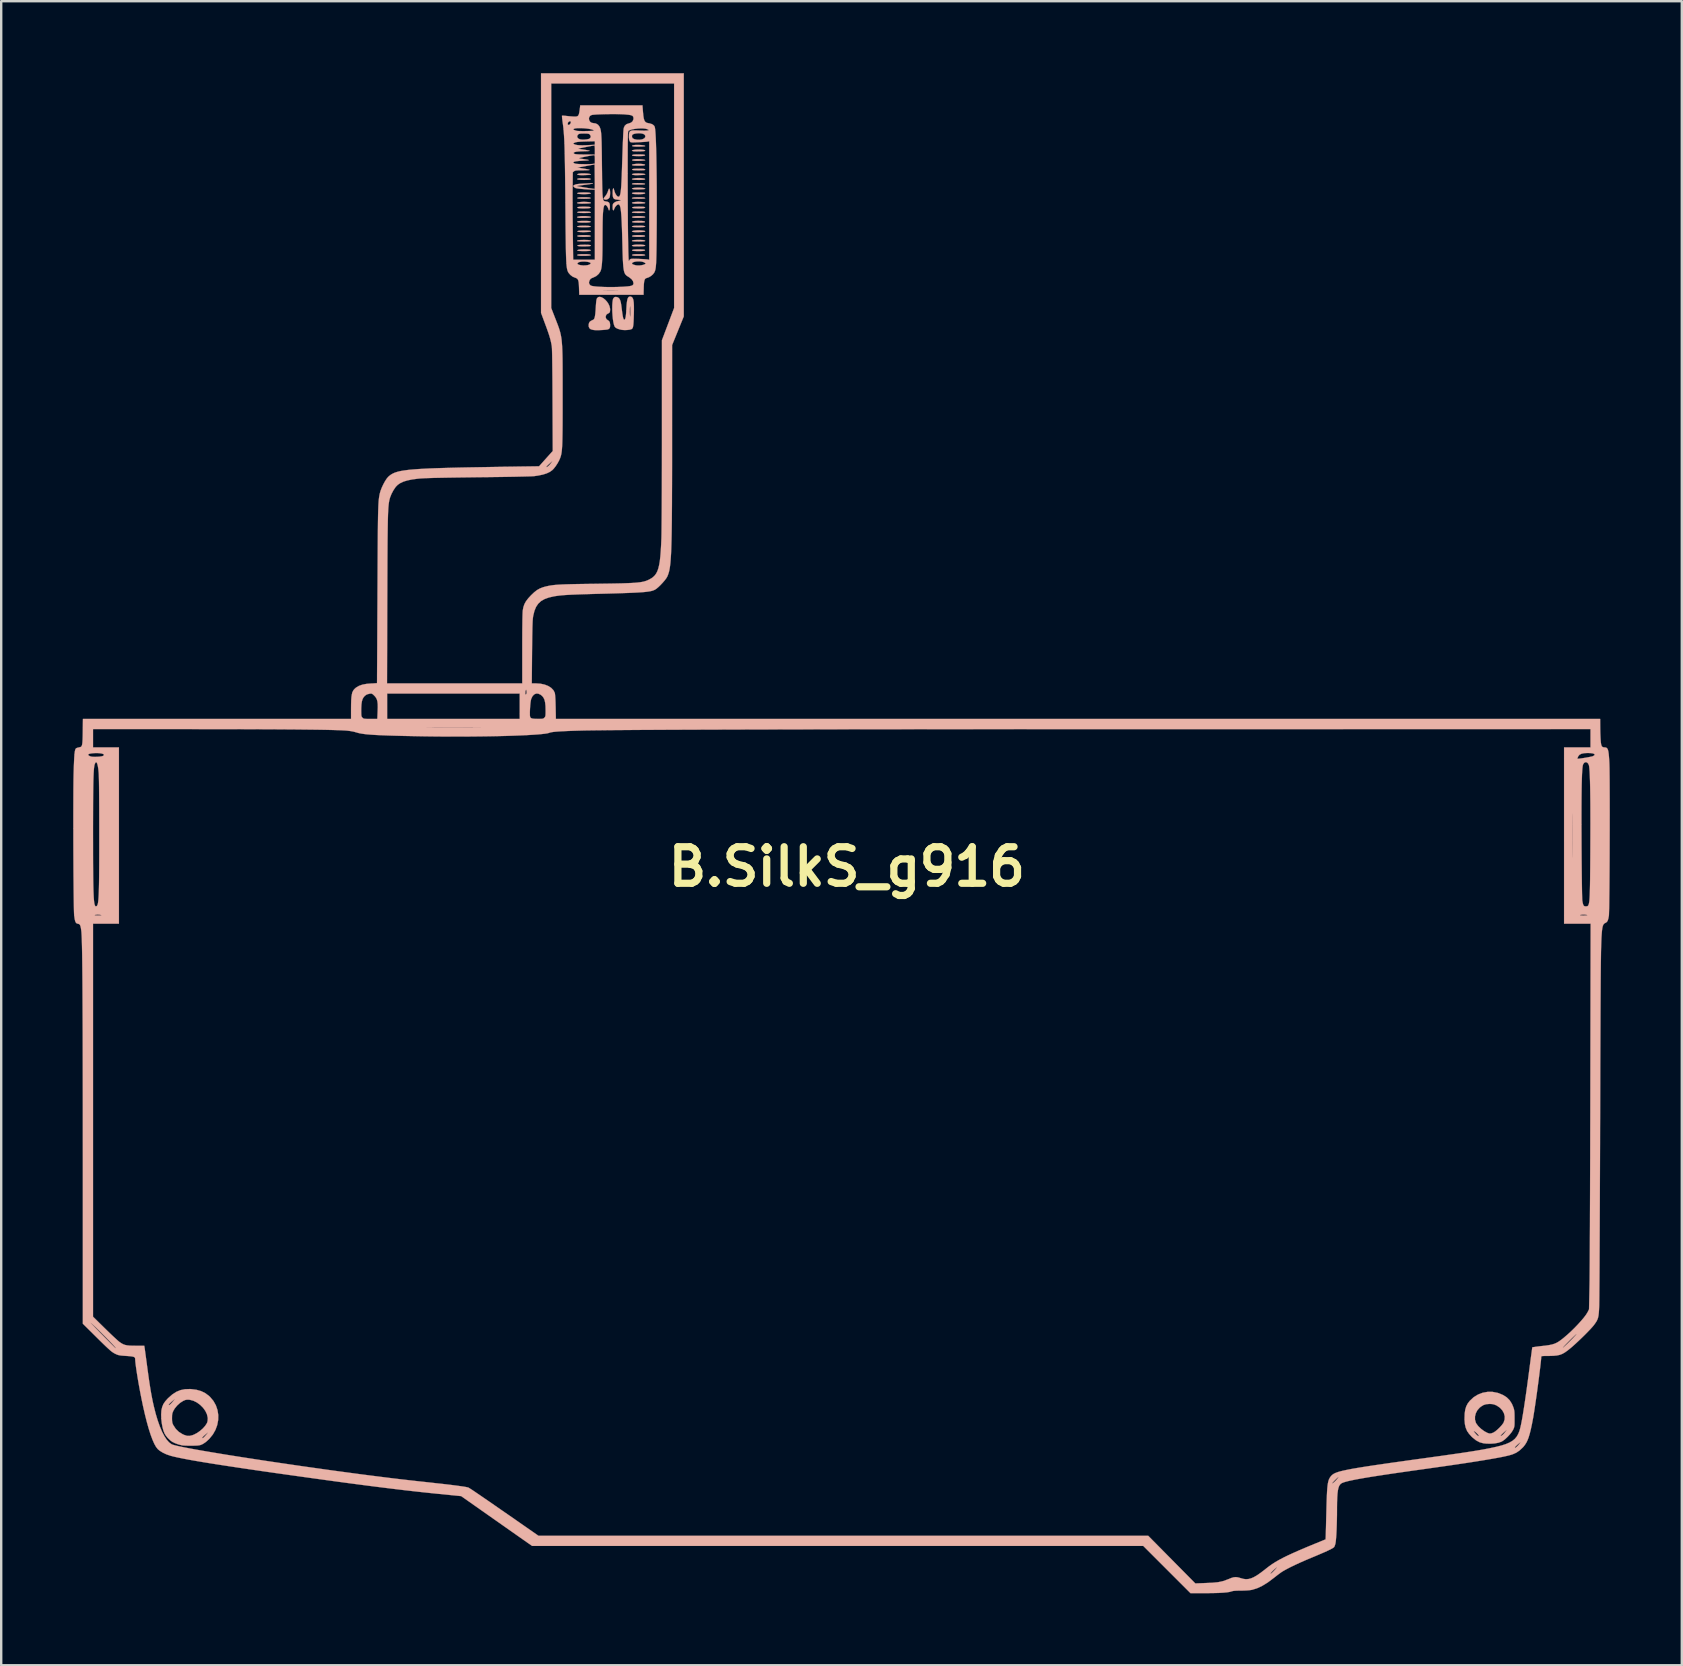
<source format=kicad_pcb>
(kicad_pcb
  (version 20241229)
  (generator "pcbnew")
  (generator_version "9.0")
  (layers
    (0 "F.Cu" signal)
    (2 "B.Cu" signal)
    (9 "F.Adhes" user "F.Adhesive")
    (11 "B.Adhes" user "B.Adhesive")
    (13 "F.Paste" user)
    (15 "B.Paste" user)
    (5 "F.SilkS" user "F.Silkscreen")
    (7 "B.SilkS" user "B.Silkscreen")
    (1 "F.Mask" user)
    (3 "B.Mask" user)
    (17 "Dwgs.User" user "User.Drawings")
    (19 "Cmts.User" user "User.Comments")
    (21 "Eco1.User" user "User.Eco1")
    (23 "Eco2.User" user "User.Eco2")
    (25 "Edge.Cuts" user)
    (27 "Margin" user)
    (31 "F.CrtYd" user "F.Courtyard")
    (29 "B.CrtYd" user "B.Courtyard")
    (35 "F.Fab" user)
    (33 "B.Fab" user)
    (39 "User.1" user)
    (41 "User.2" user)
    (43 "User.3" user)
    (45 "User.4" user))
  (footprint "B.SilkS_g916"
    (layer "F.Cu")
    (at 32.237 33.067)
    (property "Reference" "B.SilkS_g916" (at 0 0 0) (layer "F.SilkS") (effects (font (size 1.524 1.524) (thickness 0.3))))
    (attr through_hole)
    (fp_poly (pts (xy -8.638 -28.486) (xy -8.525 -28.481) (xy -8.451 -28.472) (xy -8.414 -28.46) (xy -8.408 -28.453) (xy -8.415 -28.442) (xy -8.446 -28.434) (xy -8.506 -28.429) (xy -8.601 -28.427) (xy -8.677 -28.427) (xy -8.792 -28.428) (xy -8.879 -28.433) (xy -8.935 -28.439) (xy -8.954 -28.448) (xy -8.941 -28.467) (xy -8.9 -28.48) (xy -8.827 -28.486) (xy -8.719 -28.488) (xy -8.638 -28.486)) (stroke (width 0.01) (type solid)) (fill yes) (layer "B.SilkS"))
    (fp_poly (pts (xy -8.584 -26.318) (xy -8.503 -26.314) (xy -8.448 -26.308) (xy -8.429 -26.303) (xy -8.408 -26.281) (xy -8.425 -26.265) (xy -8.48 -26.254) (xy -8.576 -26.248) (xy -8.678 -26.247) (xy -8.777 -26.248) (xy -8.86 -26.252) (xy -8.918 -26.259) (xy -8.942 -26.266) (xy -8.944 -26.288) (xy -8.916 -26.304) (xy -8.855 -26.314) (xy -8.757 -26.319) (xy -8.678 -26.319) (xy -8.584 -26.318)) (stroke (width 0.01) (type solid)) (fill yes) (layer "B.SilkS"))
    (fp_poly (pts (xy -8.583 -25.724) (xy -8.503 -25.72) (xy -8.447 -25.714) (xy -8.428 -25.709) (xy -8.408 -25.688) (xy -8.426 -25.672) (xy -8.483 -25.661) (xy -8.581 -25.655) (xy -8.678 -25.654) (xy -8.777 -25.656) (xy -8.86 -25.66) (xy -8.918 -25.666) (xy -8.942 -25.674) (xy -8.944 -25.695) (xy -8.919 -25.71) (xy -8.861 -25.719) (xy -8.768 -25.724) (xy -8.678 -25.725) (xy -8.583 -25.724)) (stroke (width 0.01) (type solid)) (fill yes) (layer "B.SilkS"))
    (fp_poly (pts (xy -8.583 -29.68) (xy -8.502 -29.677) (xy -8.446 -29.671) (xy -8.427 -29.667) (xy -8.407 -29.645) (xy -8.427 -29.63) (xy -8.487 -29.619) (xy -8.587 -29.613) (xy -8.678 -29.612) (xy -8.777 -29.614) (xy -8.86 -29.618) (xy -8.918 -29.624) (xy -8.942 -29.632) (xy -8.945 -29.652) (xy -8.922 -29.667) (xy -8.868 -29.676) (xy -8.779 -29.681) (xy -8.678 -29.682) (xy -8.583 -29.68)) (stroke (width 0.01) (type solid)) (fill yes) (layer "B.SilkS"))
    (fp_poly (pts (xy -8.553 -26.911) (xy -8.468 -26.902) (xy -8.421 -26.888) (xy -8.41 -26.868) (xy -8.414 -26.861) (xy -8.44 -26.852) (xy -8.501 -26.845) (xy -8.589 -26.841) (xy -8.678 -26.839) (xy -8.784 -26.841) (xy -8.869 -26.846) (xy -8.924 -26.853) (xy -8.943 -26.861) (xy -8.942 -26.883) (xy -8.905 -26.899) (xy -8.831 -26.909) (xy -8.718 -26.913) (xy -8.678 -26.913) (xy -8.553 -26.911)) (stroke (width 0.01) (type solid)) (fill yes) (layer "B.SilkS"))
    (fp_poly (pts (xy -8.533 -27.503) (xy -8.454 -27.496) (xy -8.412 -27.486) (xy -8.405 -27.47) (xy -8.425 -27.452) (xy -8.461 -27.443) (xy -8.527 -27.437) (xy -8.613 -27.434) (xy -8.707 -27.433) (xy -8.797 -27.436) (xy -8.873 -27.441) (xy -8.922 -27.448) (xy -8.932 -27.452) (xy -8.947 -27.473) (xy -8.921 -27.488) (xy -8.854 -27.499) (xy -8.746 -27.504) (xy -8.653 -27.505) (xy -8.533 -27.503)) (stroke (width 0.01) (type solid)) (fill yes) (layer "B.SilkS"))
    (fp_poly (pts (xy -10.859 -27.504) (xy -10.777 -27.5) (xy -10.719 -27.494) (xy -10.7 -27.489) (xy -10.672 -27.471) (xy -10.684 -27.455) (xy -10.734 -27.443) (xy -10.819 -27.436) (xy -10.938 -27.433) (xy -10.954 -27.433) (xy -11.051 -27.434) (xy -11.135 -27.439) (xy -11.194 -27.446) (xy -11.218 -27.452) (xy -11.233 -27.473) (xy -11.207 -27.489) (xy -11.14 -27.499) (xy -11.034 -27.505) (xy -10.954 -27.506) (xy -10.859 -27.504)) (stroke (width 0.01) (type solid)) (fill yes) (layer "B.SilkS"))
    (fp_poly (pts (xy -10.833 -27.303) (xy -10.75 -27.298) (xy -10.698 -27.289) (xy -10.673 -27.274) (xy -10.668 -27.26) (xy -10.688 -27.253) (xy -10.74 -27.247) (xy -10.816 -27.244) (xy -10.905 -27.242) (xy -10.999 -27.242) (xy -11.088 -27.244) (xy -11.162 -27.248) (xy -11.211 -27.254) (xy -11.228 -27.26) (xy -11.228 -27.279) (xy -11.2 -27.292) (xy -11.139 -27.3) (xy -11.043 -27.304) (xy -10.954 -27.305) (xy -10.833 -27.303)) (stroke (width 0.01) (type solid)) (fill yes) (layer "B.SilkS"))
    (fp_poly (pts (xy -10.83 -26.318) (xy -10.744 -26.311) (xy -10.694 -26.3) (xy -10.675 -26.283) (xy -10.679 -26.266) (xy -10.705 -26.258) (xy -10.762 -26.252) (xy -10.841 -26.249) (xy -10.932 -26.247) (xy -11.025 -26.248) (xy -11.11 -26.251) (xy -11.176 -26.257) (xy -11.213 -26.264) (xy -11.215 -26.266) (xy -11.233 -26.287) (xy -11.21 -26.302) (xy -11.146 -26.313) (xy -11.041 -26.319) (xy -10.954 -26.32) (xy -10.83 -26.318)) (stroke (width 0.01) (type solid)) (fill yes) (layer "B.SilkS"))
    (fp_poly (pts (xy -10.824 -25.524) (xy -10.735 -25.516) (xy -10.683 -25.502) (xy -10.668 -25.484) (xy -10.688 -25.474) (xy -10.741 -25.466) (xy -10.821 -25.46) (xy -10.917 -25.457) (xy -11.022 -25.457) (xy -11.097 -25.459) (xy -11.179 -25.466) (xy -11.227 -25.478) (xy -11.238 -25.492) (xy -11.21 -25.508) (xy -11.192 -25.514) (xy -11.15 -25.519) (xy -11.078 -25.524) (xy -10.99 -25.526) (xy -10.954 -25.526) (xy -10.824 -25.524)) (stroke (width 0.01) (type solid)) (fill yes) (layer "B.SilkS"))
    (fp_poly (pts (xy -10.813 -25.723) (xy -10.734 -25.716) (xy -10.689 -25.705) (xy -10.675 -25.687) (xy -10.679 -25.674) (xy -10.705 -25.666) (xy -10.762 -25.66) (xy -10.842 -25.656) (xy -10.933 -25.654) (xy -11.027 -25.655) (xy -11.113 -25.658) (xy -11.182 -25.663) (xy -11.222 -25.67) (xy -11.228 -25.674) (xy -11.222 -25.695) (xy -11.175 -25.711) (xy -11.086 -25.721) (xy -10.955 -25.725) (xy -10.931 -25.725) (xy -10.813 -25.723)) (stroke (width 0.01) (type solid)) (fill yes) (layer "B.SilkS"))
    (fp_poly (pts (xy -10.809 -25.917) (xy -10.727 -25.911) (xy -10.681 -25.902) (xy -10.667 -25.887) (xy -10.676 -25.871) (xy -10.704 -25.864) (xy -10.764 -25.858) (xy -10.845 -25.854) (xy -10.937 -25.852) (xy -11.028 -25.852) (xy -11.11 -25.855) (xy -11.17 -25.86) (xy -11.187 -25.864) (xy -11.226 -25.879) (xy -11.227 -25.892) (xy -11.19 -25.904) (xy -11.121 -25.912) (xy -11.021 -25.917) (xy -10.929 -25.919) (xy -10.809 -25.917)) (stroke (width 0.01) (type solid)) (fill yes) (layer "B.SilkS"))
    (fp_poly (pts (xy -10.808 -26.51) (xy -10.726 -26.504) (xy -10.68 -26.494) (xy -10.667 -26.479) (xy -10.675 -26.465) (xy -10.703 -26.458) (xy -10.762 -26.452) (xy -10.843 -26.448) (xy -10.935 -26.445) (xy -11.026 -26.445) (xy -11.107 -26.448) (xy -11.168 -26.453) (xy -11.187 -26.456) (xy -11.226 -26.471) (xy -11.226 -26.485) (xy -11.19 -26.496) (xy -11.12 -26.505) (xy -11.02 -26.51) (xy -10.929 -26.511) (xy -10.808 -26.51)) (stroke (width 0.01) (type solid)) (fill yes) (layer "B.SilkS"))
    (fp_poly (pts (xy -8.64 -30.077) (xy -8.555 -30.071) (xy -8.481 -30.062) (xy -8.427 -30.05) (xy -8.403 -30.036) (xy -8.405 -30.027) (xy -8.432 -30.021) (xy -8.49 -30.015) (xy -8.57 -30.011) (xy -8.66 -30.008) (xy -8.75 -30.008) (xy -8.821 -30.01) (xy -8.9 -30.018) (xy -8.943 -30.03) (xy -8.949 -30.045) (xy -8.916 -30.06) (xy -8.881 -30.068) (xy -8.811 -30.077) (xy -8.728 -30.079) (xy -8.64 -30.077)) (stroke (width 0.01) (type solid)) (fill yes) (layer "B.SilkS"))
    (fp_poly (pts (xy -8.618 -28.889) (xy -8.504 -28.882) (xy -8.432 -28.871) (xy -8.401 -28.856) (xy -8.405 -28.841) (xy -8.431 -28.835) (xy -8.489 -28.829) (xy -8.567 -28.824) (xy -8.655 -28.821) (xy -8.741 -28.819) (xy -8.816 -28.82) (xy -8.853 -28.822) (xy -8.912 -28.831) (xy -8.948 -28.844) (xy -8.954 -28.85) (xy -8.933 -28.869) (xy -8.876 -28.883) (xy -8.786 -28.89) (xy -8.668 -28.891) (xy -8.618 -28.889)) (stroke (width 0.01) (type solid)) (fill yes) (layer "B.SilkS"))
    (fp_poly (pts (xy -8.579 -28.097) (xy -8.495 -28.094) (xy -8.436 -28.088) (xy -8.411 -28.082) (xy -8.406 -28.059) (xy -8.442 -28.042) (xy -8.519 -28.031) (xy -8.636 -28.026) (xy -8.678 -28.025) (xy -8.774 -28.027) (xy -8.855 -28.032) (xy -8.912 -28.039) (xy -8.932 -28.045) (xy -8.953 -28.066) (xy -8.94 -28.081) (xy -8.892 -28.091) (xy -8.806 -28.097) (xy -8.681 -28.099) (xy -8.678 -28.099) (xy -8.579 -28.097)) (stroke (width 0.01) (type solid)) (fill yes) (layer "B.SilkS"))
    (fp_poly (pts (xy -8.55 -25.524) (xy -8.462 -25.515) (xy -8.414 -25.5) (xy -8.403 -25.484) (xy -8.423 -25.474) (xy -8.477 -25.465) (xy -8.556 -25.459) (xy -8.653 -25.457) (xy -8.759 -25.457) (xy -8.811 -25.459) (xy -8.893 -25.466) (xy -8.941 -25.478) (xy -8.952 -25.492) (xy -8.924 -25.508) (xy -8.906 -25.514) (xy -8.863 -25.52) (xy -8.791 -25.524) (xy -8.704 -25.526) (xy -8.678 -25.526) (xy -8.55 -25.524)) (stroke (width 0.01) (type solid)) (fill yes) (layer "B.SilkS"))
    (fp_poly (pts (xy -10.885 -28.89) (xy -10.8 -28.884) (xy -10.73 -28.874) (xy -10.683 -28.861) (xy -10.667 -28.847) (xy -10.67 -28.842) (xy -10.696 -28.836) (xy -10.753 -28.83) (xy -10.832 -28.825) (xy -10.921 -28.821) (xy -11.01 -28.819) (xy -11.088 -28.82) (xy -11.139 -28.822) (xy -11.208 -28.833) (xy -11.235 -28.848) (xy -11.221 -28.864) (xy -11.165 -28.88) (xy -11.143 -28.883) (xy -11.065 -28.891) (xy -10.976 -28.893) (xy -10.885 -28.89)) (stroke (width 0.01) (type solid)) (fill yes) (layer "B.SilkS"))
    (fp_poly (pts (xy -10.831 -27.896) (xy -10.746 -27.891) (xy -10.696 -27.881) (xy -10.677 -27.866) (xy -10.68 -27.853) (xy -10.704 -27.846) (xy -10.763 -27.84) (xy -10.846 -27.836) (xy -10.946 -27.834) (xy -10.954 -27.834) (xy -11.055 -27.836) (xy -11.14 -27.84) (xy -11.2 -27.845) (xy -11.227 -27.853) (xy -11.228 -27.853) (xy -11.228 -27.871) (xy -11.2 -27.884) (xy -11.139 -27.893) (xy -11.043 -27.897) (xy -10.954 -27.898) (xy -10.831 -27.896)) (stroke (width 0.01) (type solid)) (fill yes) (layer "B.SilkS"))
    (fp_poly (pts (xy -10.826 -26.709) (xy -10.738 -26.702) (xy -10.686 -26.688) (xy -10.668 -26.669) (xy -10.668 -26.668) (xy -10.688 -26.661) (xy -10.742 -26.655) (xy -10.824 -26.651) (xy -10.924 -26.649) (xy -10.954 -26.649) (xy -11.058 -26.65) (xy -11.146 -26.654) (xy -11.208 -26.659) (xy -11.238 -26.666) (xy -11.239 -26.668) (xy -11.224 -26.687) (xy -11.174 -26.701) (xy -11.087 -26.709) (xy -10.962 -26.712) (xy -10.954 -26.712) (xy -10.826 -26.709)) (stroke (width 0.01) (type solid)) (fill yes) (layer "B.SilkS"))
    (fp_poly (pts (xy -10.826 -26.117) (xy -10.738 -26.109) (xy -10.686 -26.096) (xy -10.668 -26.076) (xy -10.668 -26.075) (xy -10.688 -26.068) (xy -10.742 -26.062) (xy -10.824 -26.058) (xy -10.924 -26.056) (xy -10.954 -26.056) (xy -11.058 -26.057) (xy -11.146 -26.061) (xy -11.208 -26.066) (xy -11.238 -26.073) (xy -11.239 -26.075) (xy -11.224 -26.095) (xy -11.174 -26.108) (xy -11.087 -26.116) (xy -10.962 -26.119) (xy -10.954 -26.119) (xy -10.826 -26.117)) (stroke (width 0.01) (type solid)) (fill yes) (layer "B.SilkS"))
    (fp_poly (pts (xy -8.641 -29.484) (xy -8.556 -29.478) (xy -8.482 -29.469) (xy -8.428 -29.458) (xy -8.403 -29.444) (xy -8.405 -29.435) (xy -8.432 -29.429) (xy -8.49 -29.423) (xy -8.568 -29.418) (xy -8.656 -29.415) (xy -8.743 -29.413) (xy -8.817 -29.415) (xy -8.842 -29.416) (xy -8.914 -29.425) (xy -8.948 -29.44) (xy -8.943 -29.456) (xy -8.899 -29.472) (xy -8.881 -29.476) (xy -8.812 -29.484) (xy -8.729 -29.486) (xy -8.641 -29.484)) (stroke (width 0.01) (type solid)) (fill yes) (layer "B.SilkS"))
    (fp_poly (pts (xy -8.617 -29.29) (xy -8.541 -29.285) (xy -8.457 -29.273) (xy -8.413 -29.258) (xy -8.408 -29.242) (xy -8.444 -29.225) (xy -8.451 -29.223) (xy -8.495 -29.218) (xy -8.568 -29.214) (xy -8.657 -29.213) (xy -8.751 -29.214) (xy -8.835 -29.216) (xy -8.897 -29.221) (xy -8.916 -29.225) (xy -8.951 -29.239) (xy -8.949 -29.254) (xy -8.918 -29.267) (xy -8.862 -29.278) (xy -8.79 -29.287) (xy -8.706 -29.291) (xy -8.617 -29.29)) (stroke (width 0.01) (type solid)) (fill yes) (layer "B.SilkS"))
    (fp_poly (pts (xy -8.617 -28.698) (xy -8.541 -28.692) (xy -8.456 -28.679) (xy -8.411 -28.664) (xy -8.407 -28.646) (xy -8.437 -28.63) (xy -8.472 -28.625) (xy -8.538 -28.622) (xy -8.623 -28.62) (xy -8.715 -28.62) (xy -8.802 -28.622) (xy -8.873 -28.626) (xy -8.916 -28.632) (xy -8.916 -28.632) (xy -8.951 -28.646) (xy -8.949 -28.661) (xy -8.918 -28.674) (xy -8.862 -28.686) (xy -8.79 -28.694) (xy -8.706 -28.698) (xy -8.617 -28.698)) (stroke (width 0.01) (type solid)) (fill yes) (layer "B.SilkS"))
    (fp_poly (pts (xy -8.597 -28.296) (xy -8.592 -28.295) (xy -8.491 -28.287) (xy -8.428 -28.276) (xy -8.402 -28.262) (xy -8.408 -28.246) (xy -8.434 -28.239) (xy -8.492 -28.233) (xy -8.571 -28.228) (xy -8.66 -28.225) (xy -8.748 -28.224) (xy -8.824 -28.226) (xy -8.874 -28.229) (xy -8.925 -28.24) (xy -8.952 -28.254) (xy -8.954 -28.257) (xy -8.934 -28.274) (xy -8.88 -28.286) (xy -8.8 -28.295) (xy -8.703 -28.298) (xy -8.597 -28.296)) (stroke (width 0.01) (type solid)) (fill yes) (layer "B.SilkS"))
    (fp_poly (pts (xy -8.563 -29.086) (xy -8.484 -29.082) (xy -8.435 -29.073) (xy -8.41 -29.06) (xy -8.403 -29.04) (xy -8.403 -29.039) (xy -8.423 -29.031) (xy -8.475 -29.025) (xy -8.55 -29.022) (xy -8.638 -29.02) (xy -8.73 -29.02) (xy -8.816 -29.023) (xy -8.886 -29.027) (xy -8.931 -29.034) (xy -8.942 -29.039) (xy -8.945 -29.059) (xy -8.924 -29.073) (xy -8.874 -29.081) (xy -8.79 -29.086) (xy -8.678 -29.087) (xy -8.563 -29.086)) (stroke (width 0.01) (type solid)) (fill yes) (layer "B.SilkS"))
    (fp_poly (pts (xy -8.56 -27.896) (xy -8.479 -27.891) (xy -8.429 -27.88) (xy -8.406 -27.865) (xy -8.403 -27.853) (xy -8.423 -27.846) (xy -8.477 -27.84) (xy -8.558 -27.836) (xy -8.658 -27.834) (xy -8.678 -27.834) (xy -8.781 -27.836) (xy -8.866 -27.839) (xy -8.926 -27.845) (xy -8.953 -27.852) (xy -8.954 -27.853) (xy -8.943 -27.872) (xy -8.91 -27.885) (xy -8.847 -27.893) (xy -8.75 -27.897) (xy -8.678 -27.898) (xy -8.56 -27.896)) (stroke (width 0.01) (type solid)) (fill yes) (layer "B.SilkS"))
    (fp_poly (pts (xy -8.56 -27.303) (xy -8.479 -27.298) (xy -8.429 -27.288) (xy -8.406 -27.272) (xy -8.403 -27.26) (xy -8.423 -27.253) (xy -8.477 -27.248) (xy -8.558 -27.243) (xy -8.658 -27.242) (xy -8.678 -27.241) (xy -8.781 -27.243) (xy -8.866 -27.247) (xy -8.926 -27.252) (xy -8.953 -27.259) (xy -8.954 -27.26) (xy -8.943 -27.28) (xy -8.91 -27.293) (xy -8.847 -27.301) (xy -8.75 -27.304) (xy -8.678 -27.305) (xy -8.56 -27.303)) (stroke (width 0.01) (type solid)) (fill yes) (layer "B.SilkS"))
    (fp_poly (pts (xy -8.56 -26.711) (xy -8.479 -26.705) (xy -8.429 -26.695) (xy -8.406 -26.679) (xy -8.403 -26.668) (xy -8.423 -26.661) (xy -8.477 -26.655) (xy -8.558 -26.651) (xy -8.658 -26.649) (xy -8.678 -26.649) (xy -8.781 -26.65) (xy -8.866 -26.654) (xy -8.926 -26.659) (xy -8.953 -26.666) (xy -8.954 -26.668) (xy -8.943 -26.687) (xy -8.91 -26.7) (xy -8.847 -26.708) (xy -8.75 -26.712) (xy -8.678 -26.712) (xy -8.56 -26.711)) (stroke (width 0.01) (type solid)) (fill yes) (layer "B.SilkS"))
    (fp_poly (pts (xy -8.56 -26.118) (xy -8.479 -26.113) (xy -8.429 -26.102) (xy -8.406 -26.087) (xy -8.403 -26.075) (xy -8.423 -26.068) (xy -8.477 -26.062) (xy -8.558 -26.058) (xy -8.658 -26.056) (xy -8.678 -26.056) (xy -8.781 -26.058) (xy -8.866 -26.061) (xy -8.926 -26.067) (xy -8.953 -26.074) (xy -8.954 -26.075) (xy -8.943 -26.094) (xy -8.91 -26.107) (xy -8.847 -26.115) (xy -8.75 -26.119) (xy -8.678 -26.12) (xy -8.56 -26.118)) (stroke (width 0.01) (type solid)) (fill yes) (layer "B.SilkS"))
    (fp_poly (pts (xy -10.86 -27.703) (xy -10.846 -27.702) (xy -10.748 -27.694) (xy -10.69 -27.683) (xy -10.667 -27.668) (xy -10.673 -27.652) (xy -10.7 -27.646) (xy -10.757 -27.64) (xy -10.837 -27.636) (xy -10.927 -27.633) (xy -11.018 -27.631) (xy -11.098 -27.632) (xy -11.158 -27.635) (xy -11.171 -27.636) (xy -11.225 -27.648) (xy -11.243 -27.661) (xy -11.228 -27.674) (xy -11.187 -27.686) (xy -11.125 -27.696) (xy -11.046 -27.703) (xy -10.956 -27.706) (xy -10.86 -27.703)) (stroke (width 0.01) (type solid)) (fill yes) (layer "B.SilkS"))
    (fp_poly (pts (xy -10.814 -26.91) (xy -10.742 -26.904) (xy -10.7 -26.896) (xy -10.7 -26.896) (xy -10.672 -26.878) (xy -10.684 -26.862) (xy -10.734 -26.851) (xy -10.819 -26.843) (xy -10.938 -26.84) (xy -10.954 -26.84) (xy -11.051 -26.842) (xy -11.135 -26.846) (xy -11.194 -26.853) (xy -11.218 -26.86) (xy -11.236 -26.877) (xy -11.216 -26.892) (xy -11.207 -26.896) (xy -11.164 -26.904) (xy -11.092 -26.909) (xy -11.001 -26.912) (xy -10.905 -26.912) (xy -10.814 -26.91)) (stroke (width 0.01) (type solid)) (fill yes) (layer "B.SilkS"))
    (fp_poly (pts (xy -10.814 -28.688) (xy -10.741 -28.682) (xy -10.7 -28.673) (xy -10.669 -28.658) (xy -10.678 -28.647) (xy -10.7 -28.638) (xy -10.738 -28.63) (xy -10.808 -28.624) (xy -10.897 -28.621) (xy -10.954 -28.62) (xy -11.049 -28.622) (xy -11.131 -28.627) (xy -11.189 -28.633) (xy -11.208 -28.638) (xy -11.238 -28.652) (xy -11.229 -28.664) (xy -11.208 -28.673) (xy -11.165 -28.682) (xy -11.092 -28.688) (xy -11.001 -28.69) (xy -10.904 -28.69) (xy -10.814 -28.688)) (stroke (width 0.01) (type solid)) (fill yes) (layer "B.SilkS"))
    (fp_poly (pts (xy -8.636 -26.519) (xy -8.567 -26.515) (xy -8.477 -26.506) (xy -8.424 -26.496) (xy -8.403 -26.483) (xy -8.41 -26.466) (xy -8.411 -26.464) (xy -8.438 -26.457) (xy -8.496 -26.452) (xy -8.576 -26.447) (xy -8.665 -26.445) (xy -8.755 -26.444) (xy -8.834 -26.445) (xy -8.891 -26.449) (xy -8.906 -26.451) (xy -8.948 -26.465) (xy -8.954 -26.479) (xy -8.929 -26.493) (xy -8.879 -26.505) (xy -8.81 -26.514) (xy -8.727 -26.519) (xy -8.636 -26.519)) (stroke (width 0.01) (type solid)) (fill yes) (layer "B.SilkS"))
    (fp_poly (pts (xy -8.636 -25.926) (xy -8.567 -25.922) (xy -8.477 -25.913) (xy -8.424 -25.903) (xy -8.403 -25.89) (xy -8.41 -25.873) (xy -8.411 -25.871) (xy -8.438 -25.865) (xy -8.496 -25.859) (xy -8.576 -25.855) (xy -8.665 -25.852) (xy -8.755 -25.851) (xy -8.834 -25.852) (xy -8.891 -25.856) (xy -8.906 -25.858) (xy -8.948 -25.872) (xy -8.954 -25.887) (xy -8.929 -25.901) (xy -8.879 -25.912) (xy -8.81 -25.921) (xy -8.727 -25.926) (xy -8.636 -25.926)) (stroke (width 0.01) (type solid)) (fill yes) (layer "B.SilkS"))
    (fp_poly (pts (xy -8.597 -27.703) (xy -8.592 -27.703) (xy -8.492 -27.695) (xy -8.43 -27.684) (xy -8.404 -27.67) (xy -8.409 -27.652) (xy -8.41 -27.651) (xy -8.436 -27.644) (xy -8.494 -27.639) (xy -8.573 -27.634) (xy -8.663 -27.631) (xy -8.752 -27.63) (xy -8.83 -27.631) (xy -8.886 -27.635) (xy -8.895 -27.636) (xy -8.938 -27.649) (xy -8.954 -27.665) (xy -8.934 -27.681) (xy -8.88 -27.694) (xy -8.8 -27.702) (xy -8.704 -27.706) (xy -8.597 -27.703)) (stroke (width 0.01) (type solid)) (fill yes) (layer "B.SilkS"))
    (fp_poly (pts (xy -8.597 -27.11) (xy -8.592 -27.11) (xy -8.492 -27.102) (xy -8.43 -27.092) (xy -8.404 -27.078) (xy -8.409 -27.059) (xy -8.41 -27.058) (xy -8.436 -27.052) (xy -8.494 -27.046) (xy -8.573 -27.042) (xy -8.663 -27.039) (xy -8.752 -27.038) (xy -8.83 -27.039) (xy -8.886 -27.042) (xy -8.895 -27.044) (xy -8.938 -27.057) (xy -8.954 -27.072) (xy -8.934 -27.088) (xy -8.88 -27.101) (xy -8.8 -27.11) (xy -8.704 -27.113) (xy -8.597 -27.11)) (stroke (width 0.01) (type solid)) (fill yes) (layer "B.SilkS"))
    (fp_poly (pts (xy -8.567 -29.881) (xy -8.477 -29.871) (xy -8.424 -29.861) (xy -8.404 -29.848) (xy -8.41 -29.831) (xy -8.412 -29.829) (xy -8.439 -29.822) (xy -8.497 -29.817) (xy -8.576 -29.812) (xy -8.666 -29.81) (xy -8.756 -29.809) (xy -8.834 -29.811) (xy -8.892 -29.814) (xy -8.906 -29.817) (xy -8.949 -29.831) (xy -8.955 -29.845) (xy -8.93 -29.858) (xy -8.88 -29.87) (xy -8.811 -29.879) (xy -8.728 -29.884) (xy -8.638 -29.885) (xy -8.567 -29.881)) (stroke (width 0.01) (type solid)) (fill yes) (layer "B.SilkS"))
    (fp_poly (pts (xy -10.859 -28.097) (xy -10.777 -28.092) (xy -10.718 -28.085) (xy -10.7 -28.081) (xy -10.669 -28.066) (xy -10.678 -28.054) (xy -10.7 -28.045) (xy -10.738 -28.038) (xy -10.808 -28.032) (xy -10.897 -28.028) (xy -10.954 -28.028) (xy -11.049 -28.029) (xy -11.131 -28.034) (xy -11.189 -28.04) (xy -11.208 -28.045) (xy -11.238 -28.06) (xy -11.229 -28.071) (xy -11.208 -28.081) (xy -11.169 -28.088) (xy -11.1 -28.094) (xy -11.011 -28.098) (xy -10.954 -28.099) (xy -10.859 -28.097)) (stroke (width 0.01) (type solid)) (fill yes) (layer "B.SilkS"))
    (fp_poly (pts (xy -10.847 -27.109) (xy -10.843 -27.108) (xy -10.749 -27.099) (xy -10.692 -27.089) (xy -10.668 -27.077) (xy -10.673 -27.06) (xy -10.675 -27.058) (xy -10.701 -27.052) (xy -10.759 -27.046) (xy -10.839 -27.042) (xy -10.93 -27.039) (xy -11.021 -27.037) (xy -11.102 -27.038) (xy -11.164 -27.041) (xy -11.181 -27.044) (xy -11.231 -27.056) (xy -11.243 -27.07) (xy -11.224 -27.083) (xy -11.179 -27.095) (xy -11.113 -27.105) (xy -11.033 -27.111) (xy -10.942 -27.112) (xy -10.847 -27.109)) (stroke (width 0.01) (type solid)) (fill yes) (layer "B.SilkS"))
    (fp_poly (pts (xy -9.89 -28.245) (xy -9.884 -28.236) (xy -9.872 -28.192) (xy -9.865 -28.122) (xy -9.865 -28.041) (xy -9.871 -27.962) (xy -9.883 -27.901) (xy -9.888 -27.889) (xy -9.925 -27.844) (xy -9.976 -27.814) (xy -10.02 -27.8) (xy -10.041 -27.795) (xy -10.041 -27.795) (xy -10.061 -27.8) (xy -10.091 -27.807) (xy -10.128 -27.821) (xy -10.134 -27.846) (xy -10.11 -27.889) (xy -10.067 -27.94) (xy -10.018 -28.008) (xy -9.974 -28.092) (xy -9.959 -28.133) (xy -9.934 -28.207) (xy -9.917 -28.246) (xy -9.904 -28.257) (xy -9.89 -28.245)) (stroke (width 0.01) (type solid)) (fill yes) (layer "B.SilkS"))
    (fp_poly (pts (xy -10.22 -23.73) (xy -10.143 -23.688) (xy -10.066 -23.625) (xy -9.995 -23.547) (xy -9.935 -23.457) (xy -9.89 -23.361) (xy -9.867 -23.262) (xy -9.864 -23.22) (xy -9.869 -23.143) (xy -9.886 -23.096) (xy -9.922 -23.066) (xy -9.954 -23.052) (xy -10.014 -23.011) (xy -10.045 -22.95) (xy -10.046 -22.883) (xy -10.018 -22.821) (xy -9.97 -22.782) (xy -9.909 -22.74) (xy -9.876 -22.681) (xy -9.864 -22.595) (xy -9.864 -22.575) (xy -9.867 -22.498) (xy -9.881 -22.449) (xy -9.91 -22.417) (xy -9.943 -22.397) (xy -9.983 -22.386) (xy -10.055 -22.377) (xy -10.148 -22.369) (xy -10.253 -22.363) (xy -10.358 -22.36) (xy -10.453 -22.36) (xy -10.528 -22.364) (xy -10.541 -22.365) (xy -10.611 -22.379) (xy -10.673 -22.398) (xy -10.726 -22.44) (xy -10.756 -22.508) (xy -10.758 -22.592) (xy -10.746 -22.644) (xy -10.729 -22.686) (xy -10.705 -22.717) (xy -10.664 -22.746) (xy -10.597 -22.78) (xy -10.562 -22.797) (xy -10.535 -22.82) (xy -10.514 -22.867) (xy -10.496 -22.939) (xy -10.481 -23.043) (xy -10.469 -23.182) (xy -10.462 -23.297) (xy -10.453 -23.437) (xy -10.444 -23.54) (xy -10.434 -23.614) (xy -10.421 -23.664) (xy -10.407 -23.694) (xy -10.357 -23.738) (xy -10.294 -23.748) (xy -10.22 -23.73)) (stroke (width 0.01) (type solid)) (fill yes) (layer "B.SilkS"))
    (fp_poly (pts (xy -9.003 -23.758) (xy -8.965 -23.741) (xy -8.933 -23.711) (xy -8.909 -23.664) (xy -8.891 -23.596) (xy -8.879 -23.502) (xy -8.873 -23.38) (xy -8.872 -23.224) (xy -8.875 -23.03) (xy -8.876 -23.019) (xy -8.881 -22.845) (xy -8.887 -22.708) (xy -8.894 -22.604) (xy -8.904 -22.528) (xy -8.916 -22.474) (xy -8.933 -22.438) (xy -8.954 -22.414) (xy -8.975 -22.401) (xy -9.045 -22.38) (xy -9.14 -22.368) (xy -9.248 -22.363) (xy -9.352 -22.369) (xy -9.393 -22.375) (xy -9.477 -22.395) (xy -9.56 -22.423) (xy -9.588 -22.437) (xy -9.643 -22.471) (xy -9.677 -22.514) (xy -9.702 -22.583) (xy -9.703 -22.584) (xy -9.728 -22.691) (xy -9.748 -22.821) (xy -9.762 -22.966) (xy -9.772 -23.118) (xy -9.775 -23.269) (xy -9.773 -23.409) (xy -9.764 -23.532) (xy -9.75 -23.627) (xy -9.733 -23.678) (xy -9.689 -23.731) (xy -9.624 -23.746) (xy -9.546 -23.728) (xy -9.493 -23.69) (xy -9.452 -23.625) (xy -9.421 -23.527) (xy -9.398 -23.392) (xy -9.397 -23.385) (xy -9.375 -23.209) (xy -9.357 -23.071) (xy -9.34 -22.966) (xy -9.326 -22.891) (xy -9.311 -22.841) (xy -9.297 -22.811) (xy -9.281 -22.798) (xy -9.271 -22.797) (xy -9.248 -22.81) (xy -9.229 -22.852) (xy -9.213 -22.926) (xy -9.2 -23.035) (xy -9.191 -23.165) (xy -9.045 -23.165) (xy -9.044 -23.084) (xy -9.04 -23.009) (xy -9.034 -22.953) (xy -9.027 -22.925) (xy -9.025 -22.924) (xy -9.022 -22.943) (xy -9.02 -22.997) (xy -9.019 -23.077) (xy -9.02 -23.172) (xy -9.022 -23.273) (xy -9.024 -23.334) (xy -9.027 -23.358) (xy -9.031 -23.349) (xy -9.038 -23.309) (xy -9.038 -23.305) (xy -9.043 -23.242) (xy -9.045 -23.165) (xy -9.191 -23.165) (xy -9.19 -23.182) (xy -9.186 -23.253) (xy -9.176 -23.417) (xy -9.162 -23.543) (xy -9.145 -23.636) (xy -9.123 -23.7) (xy -9.094 -23.74) (xy -9.06 -23.759) (xy -9.003 -23.758)) (stroke (width 0.01) (type solid)) (fill yes) (layer "B.SilkS"))
    (fp_poly (pts (xy 26.91 21.882) (xy 27.12 21.923) (xy 27.165 21.937) (xy 27.35 22.015) (xy 27.5 22.112) (xy 27.62 22.232) (xy 27.714 22.381) (xy 27.767 22.506) (xy 27.788 22.568) (xy 27.803 22.623) (xy 27.813 22.681) (xy 27.819 22.752) (xy 27.822 22.844) (xy 27.823 22.967) (xy 27.823 22.998) (xy 27.823 23.125) (xy 27.822 23.219) (xy 27.818 23.287) (xy 27.81 23.338) (xy 27.798 23.381) (xy 27.78 23.424) (xy 27.761 23.463) (xy 27.706 23.553) (xy 27.627 23.653) (xy 27.534 23.754) (xy 27.436 23.846) (xy 27.343 23.918) (xy 27.279 23.956) (xy 27.151 24) (xy 26.995 24.029) (xy 26.821 24.041) (xy 26.641 24.036) (xy 26.527 24.024) (xy 26.371 23.982) (xy 26.22 23.902) (xy 26.07 23.781) (xy 26.033 23.746) (xy 25.923 23.624) (xy 25.85 23.514) (xy 26.123 23.514) (xy 26.136 23.539) (xy 26.164 23.578) (xy 26.201 23.623) (xy 26.24 23.666) (xy 26.274 23.698) (xy 26.287 23.707) (xy 26.32 23.725) (xy 26.331 23.721) (xy 26.331 23.712) (xy 27.241 23.712) (xy 27.255 23.719) (xy 27.288 23.702) (xy 27.333 23.666) (xy 27.369 23.629) (xy 27.418 23.572) (xy 27.463 23.518) (xy 27.464 23.516) (xy 27.506 23.463) (xy 27.453 23.505) (xy 27.39 23.557) (xy 27.329 23.613) (xy 27.279 23.663) (xy 27.248 23.699) (xy 27.241 23.712) (xy 26.331 23.712) (xy 26.331 23.708) (xy 26.317 23.681) (xy 26.279 23.639) (xy 26.23 23.59) (xy 26.179 23.545) (xy 26.136 23.514) (xy 26.132 23.511) (xy 26.123 23.514) (xy 25.85 23.514) (xy 25.842 23.502) (xy 25.787 23.372) (xy 25.754 23.225) (xy 25.74 23.05) (xy 25.739 22.966) (xy 25.742 22.905) (xy 26.175 22.905) (xy 26.175 23.038) (xy 26.21 23.163) (xy 26.23 23.202) (xy 26.312 23.311) (xy 26.424 23.419) (xy 26.555 23.516) (xy 26.62 23.553) (xy 26.71 23.598) (xy 26.782 23.617) (xy 26.848 23.612) (xy 26.924 23.585) (xy 26.944 23.576) (xy 27.02 23.528) (xy 27.109 23.455) (xy 27.2 23.368) (xy 27.283 23.278) (xy 27.347 23.193) (xy 27.368 23.157) (xy 27.41 23.031) (xy 27.414 22.901) (xy 27.381 22.773) (xy 27.315 22.653) (xy 27.218 22.546) (xy 27.092 22.459) (xy 27.053 22.439) (xy 26.973 22.407) (xy 26.896 22.39) (xy 26.802 22.384) (xy 26.776 22.384) (xy 26.642 22.395) (xy 26.53 22.43) (xy 26.423 22.496) (xy 26.368 22.541) (xy 26.273 22.648) (xy 26.209 22.772) (xy 26.175 22.905) (xy 25.742 22.905) (xy 25.746 22.777) (xy 25.769 22.621) (xy 25.809 22.488) (xy 25.869 22.37) (xy 25.953 22.26) (xy 25.964 22.248) (xy 26.121 22.103) (xy 26.3 21.993) (xy 26.494 21.918) (xy 26.699 21.881) (xy 26.91 21.882)) (stroke (width 0.01) (type solid)) (fill yes) (layer "B.SilkS"))
    (fp_poly (pts (xy -27.328 21.766) (xy -27.102 21.794) (xy -26.906 21.85) (xy -26.732 21.935) (xy -26.577 22.052) (xy -26.533 22.093) (xy -26.394 22.259) (xy -26.291 22.443) (xy -26.224 22.64) (xy -26.192 22.845) (xy -26.196 23.054) (xy -26.235 23.262) (xy -26.309 23.465) (xy -26.418 23.657) (xy -26.562 23.834) (xy -26.574 23.847) (xy -26.705 23.966) (xy -26.824 24.047) (xy -26.852 24.061) (xy -26.903 24.084) (xy -26.949 24.1) (xy -27 24.11) (xy -27.063 24.117) (xy -27.149 24.121) (xy -27.266 24.123) (xy -27.294 24.123) (xy -27.415 24.123) (xy -27.528 24.121) (xy -27.623 24.117) (xy -27.691 24.11) (xy -27.706 24.108) (xy -27.858 24.069) (xy -27.999 24.018) (xy -28.102 23.968) (xy -28.192 23.902) (xy -28.286 23.812) (xy -28.3 23.795) (xy -26.86 23.795) (xy -26.849 23.812) (xy -26.816 23.795) (xy -26.764 23.745) (xy -26.763 23.744) (xy -26.713 23.687) (xy -26.667 23.632) (xy -26.659 23.622) (xy -26.617 23.569) (xy -26.67 23.611) (xy -26.738 23.667) (xy -26.797 23.721) (xy -26.841 23.766) (xy -26.86 23.793) (xy -26.86 23.795) (xy -28.3 23.795) (xy -28.37 23.712) (xy -28.426 23.623) (xy -28.476 23.5) (xy -28.517 23.347) (xy -28.547 23.177) (xy -28.567 23) (xy -28.567 22.976) (xy -28.12 22.976) (xy -28.118 23.074) (xy -28.111 23.144) (xy -28.096 23.2) (xy -28.071 23.256) (xy -28.062 23.273) (xy -27.961 23.425) (xy -27.836 23.547) (xy -27.681 23.644) (xy -27.607 23.677) (xy -27.497 23.712) (xy -27.392 23.716) (xy -27.278 23.69) (xy -27.204 23.662) (xy -27.075 23.595) (xy -26.95 23.507) (xy -26.835 23.407) (xy -26.74 23.301) (xy -26.672 23.198) (xy -26.648 23.144) (xy -26.635 23.076) (xy -26.63 22.992) (xy -26.632 22.956) (xy -26.664 22.814) (xy -26.731 22.674) (xy -26.827 22.541) (xy -26.946 22.423) (xy -27.081 22.324) (xy -27.225 22.252) (xy -27.373 22.212) (xy -27.413 22.208) (xy -27.494 22.206) (xy -27.559 22.217) (xy -27.63 22.246) (xy -27.657 22.259) (xy -27.785 22.341) (xy -27.906 22.451) (xy -28.007 22.574) (xy -28.059 22.662) (xy -28.089 22.729) (xy -28.108 22.789) (xy -28.117 22.855) (xy -28.119 22.945) (xy -28.12 22.976) (xy -28.567 22.976) (xy -28.572 22.829) (xy -28.563 22.676) (xy -28.558 22.636) (xy -28.527 22.504) (xy -28.49 22.42) (xy -28.258 22.42) (xy -28.246 22.436) (xy -28.212 22.417) (xy -28.156 22.363) (xy -28.15 22.357) (xy -28.097 22.299) (xy -28.05 22.244) (xy -28.035 22.225) (xy -27.993 22.172) (xy -28.057 22.225) (xy -28.142 22.298) (xy -28.207 22.358) (xy -28.247 22.401) (xy -28.258 22.42) (xy -28.49 22.42) (xy -28.477 22.388) (xy -28.403 22.277) (xy -28.298 22.159) (xy -28.279 22.14) (xy -28.111 21.992) (xy -27.943 21.882) (xy -27.769 21.809) (xy -27.581 21.771) (xy -27.374 21.764) (xy -27.328 21.766)) (stroke (width 0.01) (type solid)) (fill yes) (layer "B.SilkS"))
    (fp_poly (pts (xy -8.494 -31.443) (xy -8.48 -31.294) (xy -8.462 -31.183) (xy -8.438 -31.102) (xy -8.404 -31.046) (xy -8.358 -31.01) (xy -8.295 -30.989) (xy -8.227 -30.977) (xy -8.119 -30.945) (xy -8.062 -30.907) (xy -8.032 -30.878) (xy -8.012 -30.847) (xy -7.999 -30.805) (xy -7.989 -30.741) (xy -7.98 -30.645) (xy -7.979 -30.639) (xy -7.97 -30.507) (xy -7.961 -30.336) (xy -7.953 -30.129) (xy -7.946 -29.89) (xy -7.939 -29.621) (xy -7.934 -29.327) (xy -7.929 -29.01) (xy -7.925 -28.674) (xy -7.922 -28.321) (xy -7.921 -27.955) (xy -7.92 -27.58) (xy -7.921 -27.199) (xy -7.922 -26.871) (xy -7.924 -26.539) (xy -7.926 -26.246) (xy -7.928 -25.99) (xy -7.931 -25.768) (xy -7.934 -25.578) (xy -7.938 -25.415) (xy -7.942 -25.278) (xy -7.947 -25.164) (xy -7.954 -25.07) (xy -7.961 -24.993) (xy -7.97 -24.93) (xy -7.98 -24.879) (xy -7.992 -24.837) (xy -8.006 -24.8) (xy -8.021 -24.767) (xy -8.024 -24.762) (xy -8.077 -24.69) (xy -8.155 -24.621) (xy -8.244 -24.567) (xy -8.319 -24.539) (xy -8.368 -24.524) (xy -8.404 -24.497) (xy -8.429 -24.451) (xy -8.446 -24.382) (xy -8.457 -24.283) (xy -8.463 -24.149) (xy -8.463 -24.126) (xy -8.471 -23.834) (xy -11.15 -23.834) (xy -11.156 -24.015) (xy -10.162 -24.015) (xy -10.134 -24.014) (xy -10.071 -24.013) (xy -9.976 -24.012) (xy -9.851 -24.012) (xy -9.842 -24.012) (xy -9.716 -24.012) (xy -9.618 -24.013) (xy -9.554 -24.014) (xy -9.524 -24.015) (xy -9.532 -24.017) (xy -9.579 -24.019) (xy -9.583 -24.019) (xy -9.72 -24.021) (xy -9.875 -24.022) (xy -10.025 -24.02) (xy -10.102 -24.019) (xy -10.152 -24.017) (xy -10.162 -24.015) (xy -11.156 -24.015) (xy -11.159 -24.114) (xy -11.165 -24.255) (xy -11.175 -24.359) (xy -11.192 -24.434) (xy -11.218 -24.485) (xy -11.255 -24.518) (xy -11.306 -24.541) (xy -11.327 -24.547) (xy -11.428 -24.591) (xy -11.522 -24.663) (xy -11.596 -24.749) (xy -11.629 -24.813) (xy -11.641 -24.847) (xy -11.651 -24.886) (xy -11.661 -24.93) (xy -11.669 -24.983) (xy -11.677 -25.047) (xy -11.684 -25.124) (xy -11.684 -25.131) (xy -11.229 -25.131) (xy -11.213 -25.11) (xy -11.163 -25.083) (xy -11.083 -25.065) (xy -10.988 -25.056) (xy -10.888 -25.058) (xy -10.797 -25.07) (xy -10.733 -25.09) (xy -10.692 -25.116) (xy -10.674 -25.138) (xy -10.684 -25.165) (xy -10.727 -25.188) (xy -10.794 -25.205) (xy -10.877 -25.216) (xy -10.967 -25.22) (xy -11.053 -25.216) (xy -11.129 -25.203) (xy -11.184 -25.182) (xy -11.185 -25.181) (xy -11.223 -25.152) (xy -11.229 -25.131) (xy -11.684 -25.131) (xy -11.69 -25.218) (xy -11.695 -25.329) (xy -11.7 -25.462) (xy -11.704 -25.617) (xy -11.708 -25.798) (xy -11.711 -26.008) (xy -11.714 -26.248) (xy -11.718 -26.52) (xy -11.721 -26.829) (xy -11.724 -27.175) (xy -11.727 -27.495) (xy -11.73 -27.911) (xy -11.428 -27.911) (xy -11.428 -27.69) (xy -11.427 -27.449) (xy -11.426 -27.196) (xy -11.424 -26.938) (xy -11.421 -26.683) (xy -11.419 -26.442) (xy -11.404 -25.294) (xy -10.499 -25.294) (xy -10.499 -28.215) (xy -10.578 -28.216) (xy -10.681 -28.219) (xy -10.799 -28.226) (xy -10.922 -28.234) (xy -11.042 -28.244) (xy -11.149 -28.255) (xy -11.235 -28.266) (xy -11.29 -28.277) (xy -11.298 -28.279) (xy -11.352 -28.308) (xy -11.388 -28.343) (xy -11.389 -28.345) (xy -11.398 -28.373) (xy -11.381 -28.395) (xy -11.332 -28.419) (xy -11.302 -28.43) (xy -11.268 -28.439) (xy -11.224 -28.447) (xy -11.164 -28.454) (xy -11.084 -28.46) (xy -10.975 -28.467) (xy -10.833 -28.474) (xy -10.755 -28.478) (xy -10.656 -28.482) (xy -10.598 -28.48) (xy -10.578 -28.475) (xy -10.596 -28.466) (xy -10.649 -28.454) (xy -10.736 -28.44) (xy -10.856 -28.423) (xy -10.927 -28.415) (xy -11.039 -28.401) (xy -11.133 -28.388) (xy -11.203 -28.377) (xy -11.242 -28.368) (xy -11.248 -28.365) (xy -11.225 -28.358) (xy -11.168 -28.347) (xy -11.086 -28.332) (xy -10.988 -28.315) (xy -10.881 -28.297) (xy -10.774 -28.28) (xy -10.674 -28.265) (xy -10.591 -28.253) (xy -10.531 -28.246) (xy -10.505 -28.245) (xy -10.504 -28.245) (xy -10.503 -28.267) (xy -10.502 -28.325) (xy -10.501 -28.414) (xy -10.502 -28.528) (xy -10.503 -28.661) (xy -10.504 -28.758) (xy -10.509 -29.266) (xy -10.869 -29.199) (xy -11.229 -29.133) (xy -10.98 -29.094) (xy -10.882 -29.078) (xy -10.8 -29.062) (xy -10.743 -29.048) (xy -10.719 -29.038) (xy -10.735 -29.031) (xy -10.786 -29.026) (xy -10.865 -29.022) (xy -10.965 -29.02) (xy -11.014 -29.02) (xy -11.136 -29.019) (xy -11.224 -29.017) (xy -11.284 -29.012) (xy -11.325 -29.003) (xy -11.353 -28.991) (xy -11.369 -28.979) (xy -11.419 -28.939) (xy -11.426 -28.265) (xy -11.428 -28.105) (xy -11.428 -27.911) (xy -11.73 -27.911) (xy -11.73 -27.923) (xy -11.734 -28.31) (xy -11.738 -28.661) (xy -11.742 -28.976) (xy -11.746 -29.259) (xy -11.748 -29.36) (xy -11.396 -29.36) (xy -11.395 -29.337) (xy -11.393 -29.334) (xy -11.358 -29.314) (xy -11.303 -29.295) (xy -11.3 -29.295) (xy -11.248 -29.288) (xy -11.164 -29.282) (xy -11.058 -29.278) (xy -10.942 -29.276) (xy -10.825 -29.276) (xy -10.717 -29.278) (xy -10.63 -29.282) (xy -10.578 -29.287) (xy -10.499 -29.3) (xy -10.499 -29.477) (xy -10.501 -29.574) (xy -10.508 -29.632) (xy -10.521 -29.654) (xy -10.524 -29.654) (xy -10.565 -29.651) (xy -10.632 -29.64) (xy -10.718 -29.625) (xy -10.815 -29.607) (xy -10.914 -29.587) (xy -11.006 -29.567) (xy -11.083 -29.549) (xy -11.138 -29.535) (xy -11.16 -29.527) (xy -11.16 -29.526) (xy -11.133 -29.516) (xy -11.075 -29.504) (xy -10.996 -29.491) (xy -10.964 -29.487) (xy -10.853 -29.47) (xy -10.783 -29.457) (xy -10.754 -29.446) (xy -10.767 -29.437) (xy -10.821 -29.43) (xy -10.917 -29.424) (xy -10.996 -29.42) (xy -11.154 -29.411) (xy -11.274 -29.398) (xy -11.355 -29.381) (xy -11.396 -29.36) (xy -11.748 -29.36) (xy -11.751 -29.512) (xy -11.756 -29.734) (xy -11.383 -29.734) (xy -11.37 -29.716) (xy -11.343 -29.703) (xy -11.297 -29.693) (xy -11.226 -29.686) (xy -11.126 -29.681) (xy -10.992 -29.679) (xy -10.885 -29.678) (xy -10.499 -29.676) (xy -10.499 -29.866) (xy -10.5 -29.95) (xy -10.505 -30.015) (xy -10.511 -30.052) (xy -10.515 -30.056) (xy -10.546 -30.052) (xy -10.608 -30.042) (xy -10.692 -30.026) (xy -10.79 -30.007) (xy -10.893 -29.987) (xy -10.993 -29.967) (xy -11.08 -29.949) (xy -11.147 -29.935) (xy -11.184 -29.926) (xy -11.189 -29.924) (xy -11.175 -29.916) (xy -11.131 -29.906) (xy -11.087 -29.9) (xy -10.971 -29.884) (xy -10.869 -29.868) (xy -10.789 -29.852) (xy -10.736 -29.839) (xy -10.719 -29.83) (xy -10.719 -29.829) (xy -10.743 -29.825) (xy -10.802 -29.82) (xy -10.885 -29.817) (xy -10.986 -29.814) (xy -11.001 -29.814) (xy -11.158 -29.808) (xy -11.274 -29.796) (xy -11.349 -29.777) (xy -11.382 -29.751) (xy -11.383 -29.734) (xy -11.756 -29.734) (xy -11.756 -29.738) (xy -11.761 -29.939) (xy -11.767 -30.118) (xy -11.768 -30.135) (xy -11.401 -30.135) (xy -11.387 -30.12) (xy -11.382 -30.118) (xy -11.322 -30.092) (xy -11.243 -30.074) (xy -11.141 -30.064) (xy -11.01 -30.062) (xy -10.845 -30.066) (xy -10.756 -30.071) (xy -10.499 -30.084) (xy -10.499 -30.231) (xy -10.874 -30.222) (xy -11.023 -30.217) (xy -11.136 -30.211) (xy -11.22 -30.203) (xy -11.281 -30.192) (xy -11.327 -30.179) (xy -11.335 -30.175) (xy -11.385 -30.151) (xy -11.401 -30.135) (xy -11.768 -30.135) (xy -11.774 -30.277) (xy -11.782 -30.419) (xy -11.784 -30.458) (xy -11.233 -30.458) (xy -11.233 -30.401) (xy -11.197 -30.351) (xy -11.129 -30.315) (xy -11.111 -30.31) (xy -11.036 -30.299) (xy -10.944 -30.299) (xy -10.85 -30.307) (xy -10.769 -30.322) (xy -10.718 -30.342) (xy -10.677 -30.39) (xy -10.672 -30.449) (xy -10.705 -30.506) (xy -10.713 -30.514) (xy -10.741 -30.534) (xy -10.781 -30.546) (xy -10.842 -30.552) (xy -10.933 -30.554) (xy -10.954 -30.554) (xy -11.052 -30.553) (xy -11.117 -30.547) (xy -11.16 -30.536) (xy -11.19 -30.518) (xy -11.195 -30.514) (xy -11.233 -30.458) (xy -11.784 -30.458) (xy -11.79 -30.546) (xy -11.799 -30.66) (xy -11.805 -30.727) (xy -11.399 -30.727) (xy -11.39 -30.713) (xy -11.353 -30.697) (xy -11.294 -30.676) (xy -11.25 -30.664) (xy -11.205 -30.659) (xy -11.129 -30.656) (xy -11.033 -30.654) (xy -10.926 -30.654) (xy -10.818 -30.656) (xy -10.719 -30.659) (xy -10.64 -30.663) (xy -10.59 -30.668) (xy -10.583 -30.67) (xy -10.53 -30.686) (xy -10.594 -30.712) (xy -10.669 -30.734) (xy -10.769 -30.752) (xy -10.884 -30.766) (xy -11.006 -30.775) (xy -11.124 -30.779) (xy -11.231 -30.776) (xy -11.315 -30.767) (xy -11.369 -30.752) (xy -11.376 -30.748) (xy -11.399 -30.727) (xy -11.805 -30.727) (xy -11.809 -30.765) (xy -11.82 -30.863) (xy -11.832 -30.955) (xy -11.633 -30.955) (xy -11.628 -30.934) (xy -11.602 -30.909) (xy -11.565 -30.916) (xy -11.526 -30.955) (xy -11.516 -30.972) (xy -11.498 -31.025) (xy -11.51 -31.059) (xy -11.546 -31.065) (xy -11.573 -31.054) (xy -11.621 -31.01) (xy -11.633 -30.955) (xy -11.832 -30.955) (xy -11.832 -30.956) (xy -11.835 -30.973) (xy -11.85 -31.083) (xy -11.86 -31.168) (xy -10.747 -31.168) (xy -10.733 -31.1) (xy -10.696 -31.042) (xy -10.637 -31.001) (xy -10.568 -30.988) (xy -10.458 -30.971) (xy -10.369 -30.92) (xy -10.311 -30.846) (xy -10.293 -30.809) (xy -10.278 -30.771) (xy -10.265 -30.728) (xy -10.253 -30.678) (xy -10.244 -30.616) (xy -10.236 -30.54) (xy -10.23 -30.447) (xy -10.224 -30.332) (xy -10.219 -30.193) (xy -10.216 -30.026) (xy -10.212 -29.828) (xy -10.209 -29.595) (xy -10.206 -29.325) (xy -10.205 -29.21) (xy -10.201 -28.925) (xy -10.199 -28.68) (xy -10.196 -28.471) (xy -10.192 -28.296) (xy -10.188 -28.151) (xy -10.183 -28.034) (xy -10.176 -27.941) (xy -10.168 -27.869) (xy -10.157 -27.816) (xy -10.144 -27.779) (xy -10.127 -27.754) (xy -10.108 -27.739) (xy -10.085 -27.731) (xy -10.059 -27.726) (xy -10.032 -27.722) (xy -9.957 -27.706) (xy -9.909 -27.675) (xy -9.884 -27.621) (xy -9.875 -27.537) (xy -9.874 -27.502) (xy -9.878 -27.425) (xy -9.889 -27.372) (xy -9.904 -27.35) (xy -9.92 -27.361) (xy -9.933 -27.405) (xy -9.955 -27.464) (xy -9.991 -27.522) (xy -10.032 -27.565) (xy -10.066 -27.58) (xy -10.089 -27.572) (xy -10.11 -27.548) (xy -10.127 -27.503) (xy -10.141 -27.436) (xy -10.153 -27.345) (xy -10.163 -27.226) (xy -10.17 -27.076) (xy -10.175 -26.894) (xy -10.178 -26.677) (xy -10.18 -26.422) (xy -10.181 -26.212) (xy -10.182 -25.929) (xy -10.184 -25.686) (xy -10.188 -25.479) (xy -10.195 -25.304) (xy -10.203 -25.16) (xy -10.214 -25.043) (xy -10.228 -24.949) (xy -10.244 -24.877) (xy -10.263 -24.822) (xy -10.264 -24.818) (xy -10.337 -24.706) (xy -10.44 -24.615) (xy -10.563 -24.554) (xy -10.566 -24.553) (xy -10.639 -24.524) (xy -10.684 -24.49) (xy -10.717 -24.44) (xy -10.718 -24.439) (xy -10.745 -24.353) (xy -10.732 -24.281) (xy -10.679 -24.224) (xy -10.675 -24.221) (xy -10.626 -24.203) (xy -10.54 -24.188) (xy -10.423 -24.175) (xy -10.28 -24.166) (xy -10.117 -24.159) (xy -9.938 -24.155) (xy -9.751 -24.155) (xy -9.559 -24.159) (xy -9.369 -24.166) (xy -9.287 -24.171) (xy -9.145 -24.182) (xy -9.04 -24.195) (xy -8.967 -24.213) (xy -8.921 -24.238) (xy -8.897 -24.271) (xy -8.89 -24.314) (xy -8.89 -24.316) (xy -8.911 -24.402) (xy -8.972 -24.486) (xy -9.07 -24.563) (xy -9.095 -24.579) (xy -9.141 -24.607) (xy -9.18 -24.635) (xy -9.214 -24.667) (xy -9.242 -24.707) (xy -9.266 -24.757) (xy -9.285 -24.821) (xy -9.3 -24.903) (xy -9.313 -25.006) (xy -9.323 -25.133) (xy -9.323 -25.136) (xy -8.954 -25.136) (xy -8.934 -25.111) (xy -8.882 -25.087) (xy -8.808 -25.066) (xy -8.742 -25.056) (xy -8.652 -25.054) (xy -8.554 -25.065) (xy -8.467 -25.086) (xy -8.436 -25.099) (xy -8.374 -25.13) (xy -8.421 -25.168) (xy -8.479 -25.199) (xy -8.558 -25.218) (xy -8.648 -25.226) (xy -8.741 -25.224) (xy -8.828 -25.212) (xy -8.898 -25.192) (xy -8.942 -25.163) (xy -8.954 -25.136) (xy -9.323 -25.136) (xy -9.332 -25.287) (xy -9.339 -25.472) (xy -9.346 -25.692) (xy -9.352 -25.949) (xy -9.355 -26.056) (xy -9.363 -26.357) (xy -9.371 -26.618) (xy -9.38 -26.842) (xy -9.389 -27.031) (xy -9.4 -27.188) (xy -9.412 -27.315) (xy -9.425 -27.416) (xy -9.44 -27.491) (xy -9.458 -27.545) (xy -9.478 -27.58) (xy -9.501 -27.598) (xy -9.52 -27.601) (xy -9.565 -27.584) (xy -9.616 -27.539) (xy -9.661 -27.479) (xy -9.688 -27.423) (xy -9.711 -27.366) (xy -9.732 -27.35) (xy -9.748 -27.374) (xy -9.757 -27.435) (xy -9.758 -27.481) (xy -9.756 -27.558) (xy -9.748 -27.606) (xy -9.729 -27.64) (xy -9.693 -27.673) (xy -9.693 -27.673) (xy -9.609 -27.72) (xy -9.524 -27.741) (xy -9.464 -27.752) (xy -9.426 -27.764) (xy -9.419 -27.771) (xy -9.438 -27.781) (xy -9.489 -27.79) (xy -9.549 -27.796) (xy -9.636 -27.807) (xy -9.696 -27.83) (xy -9.732 -27.872) (xy -9.751 -27.94) (xy -9.758 -28.041) (xy -9.758 -28.079) (xy -9.755 -28.168) (xy -9.747 -28.233) (xy -9.735 -28.268) (xy -9.722 -28.27) (xy -9.708 -28.235) (xy -9.704 -28.221) (xy -9.675 -28.119) (xy -9.636 -28.032) (xy -9.592 -27.967) (xy -9.546 -27.927) (xy -9.503 -27.92) (xy -9.48 -27.934) (xy -9.459 -27.967) (xy -9.441 -28.025) (xy -9.426 -28.11) (xy -9.412 -28.225) (xy -9.4 -28.372) (xy -9.39 -28.555) (xy -9.38 -28.777) (xy -9.376 -28.892) (xy -9.366 -29.195) (xy -9.132 -29.195) (xy -9.132 -28.881) (xy -9.132 -28.651) (xy -9.131 -28.244) (xy -9.13 -27.855) (xy -9.128 -27.486) (xy -9.126 -27.139) (xy -9.124 -26.815) (xy -9.121 -26.516) (xy -9.117 -26.244) (xy -9.113 -26) (xy -9.109 -25.788) (xy -9.105 -25.607) (xy -9.1 -25.46) (xy -9.095 -25.349) (xy -9.09 -25.276) (xy -9.084 -25.242) (xy -9.08 -25.242) (xy -9.05 -25.292) (xy -9.029 -25.314) (xy -9.007 -25.325) (xy -8.969 -25.332) (xy -8.909 -25.335) (xy -8.82 -25.334) (xy -8.697 -25.33) (xy -8.662 -25.329) (xy -8.544 -25.323) (xy -8.438 -25.317) (xy -8.353 -25.31) (xy -8.297 -25.304) (xy -8.281 -25.302) (xy -8.234 -25.289) (xy -8.234 -30.231) (xy -8.303 -30.218) (xy -8.348 -30.212) (xy -8.426 -30.205) (xy -8.527 -30.199) (xy -8.642 -30.193) (xy -8.691 -30.191) (xy -8.813 -30.186) (xy -8.9 -30.183) (xy -8.959 -30.184) (xy -8.996 -30.189) (xy -9.019 -30.198) (xy -9.035 -30.213) (xy -9.045 -30.228) (xy -9.069 -30.287) (xy -9.08 -30.38) (xy -9.08 -30.416) (xy -9.08 -30.441) (xy -8.954 -30.441) (xy -8.944 -30.388) (xy -8.923 -30.354) (xy -8.852 -30.317) (xy -8.755 -30.297) (xy -8.646 -30.293) (xy -8.538 -30.308) (xy -8.525 -30.312) (xy -8.448 -30.347) (xy -8.405 -30.395) (xy -8.395 -30.448) (xy -8.42 -30.498) (xy -8.481 -30.538) (xy -8.491 -30.541) (xy -8.574 -30.559) (xy -8.677 -30.564) (xy -8.78 -30.557) (xy -8.866 -30.539) (xy -8.88 -30.534) (xy -8.931 -30.506) (xy -8.951 -30.471) (xy -8.954 -30.441) (xy -9.08 -30.441) (xy -9.078 -30.512) (xy -9.069 -30.584) (xy -9.048 -30.633) (xy -9.008 -30.664) (xy -8.945 -30.681) (xy -8.853 -30.685) (xy -8.727 -30.682) (xy -8.657 -30.679) (xy -8.545 -30.675) (xy -8.444 -30.673) (xy -8.362 -30.675) (xy -8.311 -30.679) (xy -8.305 -30.68) (xy -8.244 -30.695) (xy -8.308 -30.73) (xy -8.376 -30.752) (xy -8.472 -30.764) (xy -8.586 -30.767) (xy -8.708 -30.761) (xy -8.829 -30.747) (xy -8.94 -30.727) (xy -9.03 -30.7) (xy -9.092 -30.669) (xy -9.104 -30.657) (xy -9.109 -30.645) (xy -9.114 -30.621) (xy -9.118 -30.583) (xy -9.121 -30.528) (xy -9.124 -30.454) (xy -9.126 -30.358) (xy -9.128 -30.238) (xy -9.129 -30.092) (xy -9.131 -29.917) (xy -9.131 -29.711) (xy -9.132 -29.471) (xy -9.132 -29.195) (xy -9.366 -29.195) (xy -9.366 -29.22) (xy -9.356 -29.508) (xy -9.347 -29.758) (xy -9.34 -29.974) (xy -9.333 -30.158) (xy -9.326 -30.313) (xy -9.321 -30.441) (xy -9.316 -30.545) (xy -9.311 -30.627) (xy -9.306 -30.69) (xy -9.302 -30.737) (xy -9.297 -30.77) (xy -9.294 -30.787) (xy -9.252 -30.879) (xy -9.18 -30.943) (xy -9.086 -30.974) (xy -8.994 -31.006) (xy -8.927 -31.065) (xy -8.893 -31.144) (xy -8.89 -31.181) (xy -8.895 -31.232) (xy -8.912 -31.271) (xy -8.948 -31.299) (xy -9.007 -31.32) (xy -9.095 -31.335) (xy -9.218 -31.347) (xy -9.287 -31.353) (xy -9.398 -31.358) (xy -9.532 -31.362) (xy -9.683 -31.363) (xy -9.843 -31.363) (xy -10.005 -31.361) (xy -10.163 -31.357) (xy -10.31 -31.352) (xy -10.438 -31.346) (xy -10.541 -31.338) (xy -10.612 -31.33) (xy -10.632 -31.325) (xy -10.698 -31.29) (xy -10.736 -31.234) (xy -10.747 -31.168) (xy -11.86 -31.168) (xy -11.861 -31.178) (xy -11.868 -31.249) (xy -11.87 -31.29) (xy -11.869 -31.297) (xy -11.845 -31.299) (xy -11.789 -31.296) (xy -11.712 -31.289) (xy -11.679 -31.285) (xy -11.575 -31.274) (xy -11.466 -31.265) (xy -11.374 -31.259) (xy -11.367 -31.259) (xy -11.294 -31.259) (xy -11.24 -31.268) (xy -11.201 -31.292) (xy -11.173 -31.336) (xy -11.153 -31.406) (xy -11.136 -31.508) (xy -11.122 -31.618) (xy -11.109 -31.729) (xy -8.517 -31.729) (xy -8.494 -31.443)) (stroke (width 0.01) (type solid)) (fill yes) (layer "B.SilkS"))
    (fp_poly (pts (xy -6.795 -27.996) (xy -6.795 -22.931) (xy -7.038 -22.334) (xy -7.281 -21.738) (xy -7.282 -17.976) (xy -7.282 -17.403) (xy -7.282 -16.872) (xy -7.283 -16.379) (xy -7.284 -15.924) (xy -7.286 -15.504) (xy -7.287 -15.119) (xy -7.29 -14.766) (xy -7.292 -14.443) (xy -7.296 -14.151) (xy -7.3 -13.885) (xy -7.305 -13.646) (xy -7.311 -13.431) (xy -7.317 -13.238) (xy -7.324 -13.067) (xy -7.333 -12.915) (xy -7.342 -12.78) (xy -7.352 -12.662) (xy -7.364 -12.558) (xy -7.376 -12.467) (xy -7.39 -12.387) (xy -7.405 -12.316) (xy -7.422 -12.254) (xy -7.44 -12.198) (xy -7.459 -12.146) (xy -7.48 -12.097) (xy -7.483 -12.089) (xy -7.524 -12.02) (xy -7.59 -11.933) (xy -7.672 -11.837) (xy -7.761 -11.742) (xy -7.85 -11.656) (xy -7.93 -11.589) (xy -7.964 -11.565) (xy -8.003 -11.542) (xy -8.047 -11.522) (xy -8.099 -11.503) (xy -8.161 -11.487) (xy -8.236 -11.473) (xy -8.327 -11.46) (xy -8.436 -11.448) (xy -8.566 -11.438) (xy -8.72 -11.428) (xy -8.9 -11.419) (xy -9.11 -11.41) (xy -9.351 -11.402) (xy -9.627 -11.393) (xy -9.941 -11.384) (xy -10.245 -11.376) (xy -10.557 -11.368) (xy -10.831 -11.36) (xy -11.07 -11.353) (xy -11.276 -11.345) (xy -11.455 -11.338) (xy -11.609 -11.33) (xy -11.743 -11.322) (xy -11.858 -11.313) (xy -11.96 -11.303) (xy -12.052 -11.291) (xy -12.137 -11.279) (xy -12.203 -11.268) (xy -12.418 -11.219) (xy -12.597 -11.154) (xy -12.743 -11.07) (xy -12.859 -10.963) (xy -12.949 -10.829) (xy -13.017 -10.665) (xy -13.066 -10.467) (xy -13.074 -10.421) (xy -13.081 -10.369) (xy -13.087 -10.302) (xy -13.093 -10.216) (xy -13.097 -10.108) (xy -13.102 -9.975) (xy -13.105 -9.813) (xy -13.109 -9.621) (xy -13.112 -9.395) (xy -13.115 -9.131) (xy -13.117 -8.938) (xy -13.128 -7.641) (xy -12.962 -7.641) (xy -12.768 -7.628) (xy -12.594 -7.591) (xy -12.442 -7.532) (xy -12.318 -7.453) (xy -12.226 -7.356) (xy -12.169 -7.245) (xy -12.161 -7.197) (xy -12.153 -7.112) (xy -12.145 -6.996) (xy -12.139 -6.853) (xy -12.135 -6.69) (xy -12.134 -6.662) (xy -12.124 -6.16) (xy 31.39 -6.16) (xy 31.392 -5.858) (xy 31.394 -5.72) (xy 31.397 -5.57) (xy 31.403 -5.425) (xy 31.409 -5.309) (xy 31.419 -5.18) (xy 31.434 -5.089) (xy 31.456 -5.028) (xy 31.487 -4.993) (xy 31.532 -4.977) (xy 31.569 -4.974) (xy 31.618 -4.97) (xy 31.657 -4.956) (xy 31.688 -4.926) (xy 31.712 -4.878) (xy 31.731 -4.806) (xy 31.746 -4.706) (xy 31.758 -4.574) (xy 31.769 -4.406) (xy 31.773 -4.326) (xy 31.776 -4.244) (xy 31.779 -4.125) (xy 31.781 -3.974) (xy 31.783 -3.791) (xy 31.785 -3.581) (xy 31.786 -3.347) (xy 31.787 -3.091) (xy 31.788 -2.816) (xy 31.788 -2.526) (xy 31.789 -2.223) (xy 31.788 -1.91) (xy 31.788 -1.59) (xy 31.787 -1.266) (xy 31.786 -0.941) (xy 31.785 -0.619) (xy 31.784 -0.301) (xy 31.782 0.009) (xy 31.78 0.308) (xy 31.778 0.594) (xy 31.776 0.863) (xy 31.773 1.112) (xy 31.77 1.338) (xy 31.768 1.539) (xy 31.765 1.712) (xy 31.761 1.853) (xy 31.758 1.959) (xy 31.755 2.028) (xy 31.752 2.053) (xy 31.73 2.165) (xy 31.706 2.242) (xy 31.675 2.293) (xy 31.635 2.327) (xy 31.609 2.339) (xy 31.563 2.365) (xy 31.528 2.405) (xy 31.502 2.464) (xy 31.482 2.548) (xy 31.466 2.664) (xy 31.456 2.786) (xy 31.452 2.842) (xy 31.448 2.902) (xy 31.444 2.967) (xy 31.441 3.038) (xy 31.438 3.117) (xy 31.435 3.206) (xy 31.432 3.304) (xy 31.429 3.415) (xy 31.426 3.539) (xy 31.424 3.678) (xy 31.422 3.833) (xy 31.419 4.005) (xy 31.417 4.196) (xy 31.415 4.407) (xy 31.413 4.64) (xy 31.411 4.896) (xy 31.41 5.176) (xy 31.408 5.482) (xy 31.406 5.815) (xy 31.404 6.176) (xy 31.403 6.568) (xy 31.401 6.99) (xy 31.399 7.445) (xy 31.397 7.935) (xy 31.395 8.459) (xy 31.394 9.02) (xy 31.392 9.62) (xy 31.39 10.259) (xy 31.387 10.939) (xy 31.387 10.975) (xy 31.386 11.517) (xy 31.384 12.05) (xy 31.382 12.574) (xy 31.38 13.085) (xy 31.378 13.583) (xy 31.376 14.065) (xy 31.374 14.53) (xy 31.372 14.976) (xy 31.37 15.402) (xy 31.368 15.806) (xy 31.366 16.186) (xy 31.365 16.54) (xy 31.363 16.867) (xy 31.361 17.165) (xy 31.359 17.432) (xy 31.357 17.667) (xy 31.356 17.867) (xy 31.354 18.032) (xy 31.352 18.159) (xy 31.351 18.247) (xy 31.35 18.288) (xy 31.343 18.46) (xy 31.333 18.597) (xy 31.32 18.706) (xy 31.301 18.796) (xy 31.273 18.874) (xy 31.236 18.947) (xy 31.186 19.022) (xy 31.126 19.104) (xy 31.064 19.178) (xy 30.977 19.274) (xy 30.869 19.386) (xy 30.748 19.509) (xy 30.618 19.636) (xy 30.486 19.762) (xy 30.358 19.881) (xy 30.239 19.988) (xy 30.168 20.049) (xy 30.035 20.156) (xy 29.92 20.238) (xy 29.814 20.298) (xy 29.706 20.339) (xy 29.588 20.364) (xy 29.449 20.378) (xy 29.281 20.383) (xy 29.226 20.383) (xy 29.109 20.384) (xy 29.028 20.386) (xy 28.977 20.39) (xy 28.949 20.397) (xy 28.937 20.409) (xy 28.935 20.421) (xy 28.932 20.481) (xy 28.923 20.579) (xy 28.909 20.708) (xy 28.891 20.865) (xy 28.869 21.044) (xy 28.845 21.24) (xy 28.818 21.448) (xy 28.789 21.663) (xy 28.76 21.881) (xy 28.73 22.096) (xy 28.7 22.304) (xy 28.671 22.5) (xy 28.644 22.678) (xy 28.619 22.833) (xy 28.598 22.962) (xy 28.593 22.986) (xy 28.546 23.233) (xy 28.501 23.442) (xy 28.457 23.619) (xy 28.413 23.767) (xy 28.366 23.891) (xy 28.315 23.996) (xy 28.258 24.086) (xy 28.195 24.167) (xy 28.168 24.196) (xy 28.034 24.321) (xy 27.898 24.414) (xy 27.746 24.482) (xy 27.622 24.52) (xy 27.483 24.554) (xy 27.307 24.592) (xy 27.092 24.633) (xy 26.84 24.678) (xy 26.549 24.727) (xy 26.219 24.78) (xy 25.849 24.838) (xy 25.439 24.899) (xy 24.988 24.965) (xy 24.496 25.035) (xy 24.088 25.093) (xy 23.621 25.158) (xy 23.194 25.219) (xy 22.806 25.275) (xy 22.456 25.327) (xy 22.141 25.375) (xy 21.86 25.419) (xy 21.612 25.46) (xy 21.394 25.498) (xy 21.206 25.532) (xy 21.046 25.565) (xy 20.911 25.594) (xy 20.802 25.622) (xy 20.715 25.648) (xy 20.649 25.673) (xy 20.643 25.675) (xy 20.591 25.705) (xy 20.548 25.748) (xy 20.512 25.807) (xy 20.484 25.885) (xy 20.462 25.987) (xy 20.446 26.116) (xy 20.435 26.275) (xy 20.428 26.468) (xy 20.425 26.699) (xy 20.425 26.775) (xy 20.424 27) (xy 20.42 27.222) (xy 20.414 27.435) (xy 20.407 27.633) (xy 20.398 27.813) (xy 20.387 27.967) (xy 20.376 28.091) (xy 20.364 28.179) (xy 20.361 28.194) (xy 20.341 28.267) (xy 20.317 28.327) (xy 20.302 28.351) (xy 20.261 28.383) (xy 20.182 28.428) (xy 20.064 28.487) (xy 19.907 28.559) (xy 19.71 28.644) (xy 19.475 28.744) (xy 19.346 28.797) (xy 19.112 28.896) (xy 18.887 28.995) (xy 18.678 29.091) (xy 18.49 29.182) (xy 18.326 29.267) (xy 18.193 29.341) (xy 18.104 29.397) (xy 18.036 29.446) (xy 17.948 29.512) (xy 17.853 29.586) (xy 17.78 29.643) (xy 17.538 29.824) (xy 17.308 29.965) (xy 17.091 30.066) (xy 16.883 30.13) (xy 16.875 30.131) (xy 16.784 30.145) (xy 16.662 30.155) (xy 16.517 30.161) (xy 16.419 30.162) (xy 16.276 30.164) (xy 16.169 30.169) (xy 16.092 30.178) (xy 16.039 30.191) (xy 16.031 30.194) (xy 15.955 30.216) (xy 15.841 30.234) (xy 15.688 30.248) (xy 15.496 30.259) (xy 15.264 30.265) (xy 14.991 30.268) (xy 14.912 30.268) (xy 14.319 30.268) (xy 13.335 29.284) (xy 12.351 28.3) (xy -13.115 28.3) (xy -13.739 27.863) (xy -13.892 27.755) (xy -14.073 27.628) (xy -14.274 27.487) (xy -14.487 27.337) (xy -14.705 27.184) (xy -14.92 27.033) (xy -15.125 26.889) (xy -15.216 26.825) (xy -16.07 26.225) (xy -17.026 26.13) (xy -17.358 26.096) (xy -17.696 26.06) (xy -18.04 26.022) (xy -18.395 25.982) (xy -18.764 25.938) (xy -19.148 25.891) (xy -19.551 25.841) (xy -19.976 25.787) (xy -20.426 25.728) (xy -20.903 25.665) (xy -21.41 25.596) (xy -21.951 25.522) (xy -22.528 25.442) (xy -23.143 25.356) (xy -23.146 25.356) (xy -23.756 25.27) (xy -24.324 25.189) (xy -24.852 25.112) (xy -25.34 25.04) (xy -25.789 24.972) (xy -26.199 24.909) (xy -26.572 24.85) (xy -26.907 24.795) (xy -27.206 24.744) (xy -27.468 24.697) (xy -27.696 24.653) (xy -27.889 24.613) (xy -28.049 24.577) (xy -28.176 24.544) (xy -28.19 24.54) (xy -28.356 24.483) (xy -28.508 24.411) (xy -28.637 24.33) (xy -28.713 24.265) (xy -28.785 24.174) (xy -28.859 24.042) (xy -28.934 23.871) (xy -29.012 23.661) (xy -29.091 23.413) (xy -29.17 23.13) (xy -29.25 22.812) (xy -29.33 22.461) (xy -29.39 22.172) (xy -29.434 21.95) (xy -29.476 21.725) (xy -29.516 21.504) (xy -29.552 21.291) (xy -29.584 21.092) (xy -29.611 20.911) (xy -29.632 20.755) (xy -29.647 20.627) (xy -29.654 20.534) (xy -29.655 20.51) (xy -29.659 20.472) (xy -29.678 20.443) (xy -29.716 20.422) (xy -29.778 20.407) (xy -29.869 20.395) (xy -29.997 20.385) (xy -30.039 20.383) (xy -30.165 20.374) (xy -30.258 20.365) (xy -30.33 20.353) (xy -30.389 20.336) (xy -30.445 20.314) (xy -30.452 20.31) (xy -30.5 20.287) (xy -30.547 20.261) (xy -30.595 20.23) (xy -30.648 20.191) (xy -30.709 20.14) (xy -30.782 20.074) (xy -30.871 19.991) (xy -30.978 19.888) (xy -31.108 19.761) (xy -31.263 19.608) (xy -31.3 19.571) (xy -31.835 19.041) (xy -31.835 19.004) (xy -31.509 19.004) (xy -31.507 19.008) (xy -31.484 19.033) (xy -31.438 19.082) (xy -31.37 19.152) (xy -31.287 19.238) (xy -31.191 19.336) (xy -31.088 19.442) (xy -30.98 19.551) (xy -30.873 19.66) (xy -30.769 19.764) (xy -30.675 19.859) (xy -30.593 19.941) (xy -30.528 20.005) (xy -30.483 20.048) (xy -30.464 20.066) (xy -30.464 20.066) (xy -30.467 20.051) (xy -30.479 20.029) (xy -30.5 20.002) (xy -30.548 19.951) (xy -30.616 19.878) (xy -30.701 19.79) (xy -30.799 19.69) (xy -30.904 19.583) (xy -31.013 19.474) (xy -31.12 19.367) (xy -31.222 19.266) (xy -31.313 19.177) (xy -31.358 19.135) (xy -31.425 19.072) (xy -31.476 19.026) (xy -31.505 19.003) (xy -31.509 19.004) (xy -31.835 19.004) (xy -31.835 12.151) (xy -31.836 11.359) (xy -31.836 10.608) (xy -31.836 9.898) (xy -31.837 9.228) (xy -31.838 8.596) (xy -31.839 8.002) (xy -31.84 7.445) (xy -31.841 6.923) (xy -31.843 6.437) (xy -31.845 5.985) (xy -31.847 5.566) (xy -31.849 5.179) (xy -31.851 4.823) (xy -31.854 4.498) (xy -31.857 4.202) (xy -31.86 3.935) (xy -31.863 3.696) (xy -31.867 3.483) (xy -31.871 3.296) (xy -31.875 3.134) (xy -31.879 2.996) (xy -31.884 2.881) (xy -31.889 2.788) (xy -31.894 2.717) (xy -31.898 2.679) (xy -31.915 2.559) (xy -31.934 2.475) (xy -31.957 2.42) (xy -31.989 2.39) (xy -32.032 2.376) (xy -32.043 2.374) (xy -32.09 2.361) (xy -32.126 2.327) (xy -32.154 2.267) (xy -32.175 2.177) (xy -32.193 2.05) (xy -32.196 2.025) (xy -32.197 2.02) (xy -31.342 2.02) (xy -31.305 2.026) (xy -31.227 2.028) (xy -31.2 2.028) (xy -31.113 2.027) (xy -31.067 2.022) (xy -31.064 2.014) (xy -31.073 2.011) (xy -31.144 1.997) (xy -31.228 1.994) (xy -31.304 2.001) (xy -31.337 2.011) (xy -31.342 2.02) (xy -32.197 2.02) (xy -32.2 1.969) (xy -32.204 1.874) (xy -32.207 1.743) (xy -32.21 1.579) (xy -32.213 1.385) (xy -32.216 1.164) (xy -32.219 0.92) (xy -32.221 0.655) (xy -32.224 0.374) (xy -32.226 0.078) (xy -32.227 -0.229) (xy -32.229 -0.544) (xy -32.23 -0.863) (xy -32.231 -1.184) (xy -32.231 -1.344) (xy -31.411 -1.344) (xy -31.41 -0.924) (xy -31.41 -0.544) (xy -31.409 -0.202) (xy -31.407 0.103) (xy -31.405 0.374) (xy -31.402 0.612) (xy -31.398 0.82) (xy -31.393 0.999) (xy -31.387 1.151) (xy -31.381 1.279) (xy -31.373 1.384) (xy -31.364 1.469) (xy -31.354 1.534) (xy -31.342 1.583) (xy -31.329 1.617) (xy -31.314 1.639) (xy -31.298 1.649) (xy -31.286 1.651) (xy -31.248 1.631) (xy -31.223 1.584) (xy -31.212 1.547) (xy -31.202 1.498) (xy -31.194 1.436) (xy -31.186 1.359) (xy -31.179 1.265) (xy -31.173 1.15) (xy -31.168 1.014) (xy -31.164 0.854) (xy -31.16 0.668) (xy -31.157 0.454) (xy -31.155 0.209) (xy -31.153 -0.068) (xy -31.152 -0.38) (xy -31.151 -0.729) (xy -31.151 -1.117) (xy -31.151 -1.344) (xy -31.151 -1.764) (xy -31.152 -2.15) (xy -31.153 -2.501) (xy -31.155 -2.816) (xy -31.157 -3.095) (xy -31.159 -3.336) (xy -31.162 -3.538) (xy -31.166 -3.702) (xy -31.17 -3.824) (xy -31.174 -3.906) (xy -31.174 -3.909) (xy -31.19 -4.07) (xy -31.21 -4.196) (xy -31.233 -4.287) (xy -31.258 -4.341) (xy -31.285 -4.357) (xy -31.313 -4.334) (xy -31.342 -4.269) (xy -31.342 -4.267) (xy -31.353 -4.227) (xy -31.362 -4.172) (xy -31.371 -4.1) (xy -31.378 -4.009) (xy -31.385 -3.897) (xy -31.391 -3.761) (xy -31.396 -3.601) (xy -31.4 -3.414) (xy -31.403 -3.197) (xy -31.406 -2.95) (xy -31.408 -2.67) (xy -31.409 -2.354) (xy -31.41 -2.002) (xy -31.411 -1.61) (xy -31.411 -1.344) (xy -32.231 -1.344) (xy -32.231 -1.503) (xy -32.232 -1.818) (xy -32.232 -2.125) (xy -32.231 -2.42) (xy -32.23 -2.702) (xy -32.229 -2.966) (xy -32.228 -3.21) (xy -32.226 -3.431) (xy -32.224 -3.624) (xy -32.221 -3.788) (xy -32.218 -3.916) (xy -32.211 -4.15) (xy -32.203 -4.344) (xy -32.196 -4.504) (xy -32.188 -4.633) (xy -32.184 -4.678) (xy -31.611 -4.678) (xy -31.61 -4.658) (xy -31.596 -4.642) (xy -31.554 -4.614) (xy -31.495 -4.592) (xy -31.493 -4.592) (xy -31.427 -4.582) (xy -31.337 -4.579) (xy -31.235 -4.582) (xy -31.137 -4.589) (xy -31.054 -4.601) (xy -31.003 -4.615) (xy -30.96 -4.645) (xy -30.956 -4.672) (xy -30.985 -4.697) (xy -31.045 -4.717) (xy -31.13 -4.731) (xy -31.237 -4.738) (xy -31.327 -4.737) (xy -31.421 -4.73) (xy -31.503 -4.72) (xy -31.562 -4.707) (xy -31.578 -4.701) (xy -31.611 -4.678) (xy -32.184 -4.678) (xy -32.178 -4.733) (xy -32.168 -4.809) (xy -32.155 -4.865) (xy -32.141 -4.903) (xy -32.124 -4.928) (xy -32.117 -4.935) (xy -32.076 -4.954) (xy -32.015 -4.97) (xy -31.997 -4.973) (xy -31.955 -4.981) (xy -31.921 -4.994) (xy -31.895 -5.017) (xy -31.875 -5.054) (xy -31.861 -5.111) (xy -31.852 -5.192) (xy -31.845 -5.301) (xy -31.841 -5.443) (xy -31.838 -5.622) (xy -31.838 -5.636) (xy -31.837 -5.736) (xy -31.411 -5.736) (xy -31.411 -4.974) (xy -30.332 -4.974) (xy -30.332 2.371) (xy -31.411 2.371) (xy -31.411 18.748) (xy -30.925 19.226) (xy -30.8 19.348) (xy -30.679 19.465) (xy -30.566 19.572) (xy -30.466 19.664) (xy -30.385 19.738) (xy -30.326 19.788) (xy -30.309 19.801) (xy -30.23 19.855) (xy -30.156 19.896) (xy -30.077 19.925) (xy -29.986 19.944) (xy -29.875 19.955) (xy -29.736 19.959) (xy -29.62 19.96) (xy -29.275 19.96) (xy -29.264 20.029) (xy -29.258 20.066) (xy -29.248 20.14) (xy -29.234 20.244) (xy -29.216 20.374) (xy -29.196 20.524) (xy -29.173 20.689) (xy -29.158 20.808) (xy -29.118 21.101) (xy -29.082 21.358) (xy -29.048 21.584) (xy -29.016 21.785) (xy -28.984 21.968) (xy -28.952 22.137) (xy -28.919 22.3) (xy -28.883 22.46) (xy -28.879 22.478) (xy -28.801 22.787) (xy -28.717 23.069) (xy -28.628 23.32) (xy -28.535 23.54) (xy -28.438 23.726) (xy -28.339 23.876) (xy -28.239 23.988) (xy -28.139 24.061) (xy -28.111 24.074) (xy -28.037 24.098) (xy -27.923 24.127) (xy -27.772 24.161) (xy -27.585 24.199) (xy -27.365 24.241) (xy -27.115 24.287) (xy -26.836 24.336) (xy -26.53 24.388) (xy -26.201 24.443) (xy -25.849 24.501) (xy -25.478 24.56) (xy -25.09 24.621) (xy -24.686 24.683) (xy -24.27 24.747) (xy -23.842 24.811) (xy -23.406 24.875) (xy -22.964 24.94) (xy -22.518 25.004) (xy -22.07 25.067) (xy -21.623 25.13) (xy -21.178 25.191) (xy -20.739 25.25) (xy -20.306 25.308) (xy -19.883 25.363) (xy -19.471 25.415) (xy -19.073 25.465) (xy -18.692 25.511) (xy -18.328 25.553) (xy -18.002 25.59) (xy -17.814 25.611) (xy -17.607 25.633) (xy -17.396 25.656) (xy -17.193 25.679) (xy -17.012 25.699) (xy -16.923 25.708) (xy -16.686 25.735) (xy -16.469 25.761) (xy -16.274 25.786) (xy -16.106 25.809) (xy -15.967 25.829) (xy -15.862 25.847) (xy -15.794 25.862) (xy -15.775 25.867) (xy -15.754 25.878) (xy -15.718 25.9) (xy -15.664 25.934) (xy -15.59 25.982) (xy -15.497 26.045) (xy -15.381 26.124) (xy -15.242 26.219) (xy -15.077 26.332) (xy -14.886 26.463) (xy -14.667 26.615) (xy -14.418 26.788) (xy -14.137 26.982) (xy -13.824 27.199) (xy -13.743 27.256) (xy -12.85 27.877) (xy 12.558 27.877) (xy 13.539 28.87) (xy 14.521 29.863) (xy 14.769 29.854) (xy 14.895 29.849) (xy 15.03 29.843) (xy 15.156 29.838) (xy 15.219 29.836) (xy 15.469 29.812) (xy 15.697 29.761) (xy 15.901 29.685) (xy 16.021 29.636) (xy 16.118 29.608) (xy 16.203 29.599) (xy 16.291 29.609) (xy 16.393 29.637) (xy 16.415 29.644) (xy 16.525 29.674) (xy 16.629 29.687) (xy 16.732 29.68) (xy 16.839 29.653) (xy 16.955 29.604) (xy 17.084 29.53) (xy 17.203 29.449) (xy 17.653 29.449) (xy 17.666 29.455) (xy 17.702 29.43) (xy 17.76 29.376) (xy 17.836 29.295) (xy 17.846 29.284) (xy 17.892 29.23) (xy 17.92 29.195) (xy 17.924 29.184) (xy 17.918 29.188) (xy 17.874 29.223) (xy 17.818 29.273) (xy 17.76 29.329) (xy 17.707 29.382) (xy 17.669 29.425) (xy 17.653 29.448) (xy 17.653 29.449) (xy 17.203 29.449) (xy 17.23 29.43) (xy 17.399 29.302) (xy 17.489 29.23) (xy 17.605 29.141) (xy 17.728 29.055) (xy 17.861 28.97) (xy 18.01 28.884) (xy 18.176 28.796) (xy 18.365 28.703) (xy 18.579 28.604) (xy 18.822 28.496) (xy 19.098 28.378) (xy 19.367 28.266) (xy 19.95 28.027) (xy 19.954 27.925) (xy 19.956 27.883) (xy 19.958 27.803) (xy 19.961 27.69) (xy 19.965 27.551) (xy 19.969 27.389) (xy 19.973 27.209) (xy 19.978 27.017) (xy 19.981 26.913) (xy 19.988 26.638) (xy 19.995 26.403) (xy 20.003 26.202) (xy 20.011 26.034) (xy 20.021 25.893) (xy 20.033 25.777) (xy 20.045 25.696) (xy 20.225 25.696) (xy 20.255 25.682) (xy 20.288 25.657) (xy 20.339 25.609) (xy 20.391 25.556) (xy 20.436 25.505) (xy 20.47 25.464) (xy 20.485 25.44) (xy 20.479 25.438) (xy 20.446 25.462) (xy 20.4 25.502) (xy 20.347 25.552) (xy 20.296 25.604) (xy 20.254 25.651) (xy 20.228 25.684) (xy 20.225 25.696) (xy 20.045 25.696) (xy 20.048 25.682) (xy 20.065 25.604) (xy 20.085 25.54) (xy 20.11 25.486) (xy 20.138 25.44) (xy 20.171 25.396) (xy 20.179 25.387) (xy 20.207 25.357) (xy 20.24 25.329) (xy 20.279 25.302) (xy 20.328 25.275) (xy 20.387 25.25) (xy 20.459 25.224) (xy 20.545 25.198) (xy 20.648 25.172) (xy 20.77 25.145) (xy 20.911 25.116) (xy 21.075 25.085) (xy 21.262 25.053) (xy 21.476 25.018) (xy 21.718 24.98) (xy 21.989 24.939) (xy 22.292 24.895) (xy 22.629 24.846) (xy 23.002 24.794) (xy 23.411 24.736) (xy 23.86 24.674) (xy 24.044 24.649) (xy 24.424 24.596) (xy 24.765 24.549) (xy 25.071 24.505) (xy 25.345 24.466) (xy 25.589 24.431) (xy 25.807 24.398) (xy 26.002 24.368) (xy 26.178 24.34) (xy 26.337 24.313) (xy 26.482 24.288) (xy 26.618 24.263) (xy 26.746 24.238) (xy 26.806 24.226) (xy 26.864 24.214) (xy 27.839 24.214) (xy 27.862 24.207) (xy 27.907 24.172) (xy 27.969 24.11) (xy 28.018 24.055) (xy 28.054 24.012) (xy 28.067 23.991) (xy 28.067 23.991) (xy 28.053 23.995) (xy 28.018 24.02) (xy 27.971 24.059) (xy 27.92 24.104) (xy 27.876 24.147) (xy 27.846 24.179) (xy 27.839 24.19) (xy 27.839 24.214) (xy 26.864 24.214) (xy 27.062 24.171) (xy 27.279 24.116) (xy 27.461 24.057) (xy 27.612 23.993) (xy 27.736 23.921) (xy 27.835 23.839) (xy 27.915 23.743) (xy 27.978 23.631) (xy 28.029 23.502) (xy 28.067 23.363) (xy 28.099 23.218) (xy 28.135 23.032) (xy 28.174 22.804) (xy 28.217 22.534) (xy 28.264 22.222) (xy 28.315 21.87) (xy 28.369 21.476) (xy 28.427 21.042) (xy 28.469 20.722) (xy 28.49 20.558) (xy 28.51 20.408) (xy 28.528 20.276) (xy 28.543 20.167) (xy 28.554 20.087) (xy 28.561 20.045) (xy 29.834 20.045) (xy 29.835 20.045) (xy 29.856 20.031) (xy 29.901 19.991) (xy 29.967 19.93) (xy 30.047 19.853) (xy 30.136 19.764) (xy 30.141 19.759) (xy 30.229 19.671) (xy 30.303 19.593) (xy 30.36 19.532) (xy 30.396 19.49) (xy 30.406 19.473) (xy 30.405 19.473) (xy 30.384 19.488) (xy 30.339 19.528) (xy 30.274 19.588) (xy 30.194 19.665) (xy 30.104 19.754) (xy 30.099 19.759) (xy 30.012 19.848) (xy 29.937 19.925) (xy 29.88 19.987) (xy 29.845 20.028) (xy 29.834 20.045) (xy 28.561 20.045) (xy 28.561 20.042) (xy 28.563 20.033) (xy 28.585 20.024) (xy 28.643 20.012) (xy 28.729 19.999) (xy 28.836 19.985) (xy 28.932 19.974) (xy 29.115 19.954) (xy 29.265 19.932) (xy 29.388 19.906) (xy 29.493 19.873) (xy 29.588 19.83) (xy 29.681 19.774) (xy 29.781 19.701) (xy 29.863 19.636) (xy 30.016 19.506) (xy 30.171 19.365) (xy 30.322 19.217) (xy 30.466 19.067) (xy 30.597 18.922) (xy 30.711 18.787) (xy 30.802 18.666) (xy 30.865 18.565) (xy 30.873 18.55) (xy 30.927 18.441) (xy 30.947 17.481) (xy 30.949 17.384) (xy 30.951 17.247) (xy 30.952 17.071) (xy 30.954 16.859) (xy 30.956 16.611) (xy 30.958 16.331) (xy 30.959 16.019) (xy 30.961 15.677) (xy 30.963 15.309) (xy 30.965 14.914) (xy 30.966 14.495) (xy 30.968 14.055) (xy 30.97 13.594) (xy 30.971 13.115) (xy 30.973 12.619) (xy 30.975 12.109) (xy 30.976 11.585) (xy 30.977 11.051) (xy 30.979 10.508) (xy 30.98 9.957) (xy 30.981 9.446) (xy 30.994 2.371) (xy 29.887 2.371) (xy 29.887 2.02) (xy 30.55 2.02) (xy 30.588 2.026) (xy 30.666 2.029) (xy 30.702 2.029) (xy 30.794 2.027) (xy 30.846 2.022) (xy 30.857 2.014) (xy 30.85 2.011) (xy 30.805 2) (xy 30.737 1.994) (xy 30.702 1.993) (xy 30.631 1.996) (xy 30.572 2.005) (xy 30.554 2.011) (xy 30.55 2.02) (xy 29.887 2.02) (xy 29.887 -1.302) (xy 30.236 -1.302) (xy 30.236 -1.076) (xy 30.236 -0.879) (xy 30.237 -0.712) (xy 30.237 -0.578) (xy 30.238 -0.476) (xy 30.238 -0.41) (xy 30.239 -0.38) (xy 30.24 -0.387) (xy 30.241 -0.433) (xy 30.242 -0.52) (xy 30.242 -0.557) (xy 30.243 -0.779) (xy 30.244 -1.028) (xy 30.244 -1.292) (xy 30.244 -1.555) (xy 30.243 -1.806) (xy 30.242 -2.03) (xy 30.242 -2.06) (xy 30.241 -2.158) (xy 30.241 -2.159) (xy 30.611 -2.159) (xy 30.611 -1.748) (xy 30.613 -1.297) (xy 30.614 -0.9) (xy 30.616 -0.593) (xy 30.618 -0.297) (xy 30.621 -0.015) (xy 30.623 0.25) (xy 30.626 0.495) (xy 30.629 0.718) (xy 30.632 0.914) (xy 30.635 1.083) (xy 30.638 1.22) (xy 30.641 1.322) (xy 30.644 1.387) (xy 30.646 1.408) (xy 30.665 1.513) (xy 30.685 1.583) (xy 30.709 1.625) (xy 30.743 1.645) (xy 30.79 1.651) (xy 30.794 1.651) (xy 30.852 1.646) (xy 30.885 1.624) (xy 30.901 1.595) (xy 30.912 1.567) (xy 30.922 1.534) (xy 30.93 1.491) (xy 30.938 1.438) (xy 30.945 1.371) (xy 30.951 1.288) (xy 30.956 1.186) (xy 30.96 1.063) (xy 30.964 0.917) (xy 30.968 0.745) (xy 30.971 0.545) (xy 30.973 0.313) (xy 30.976 0.049) (xy 30.978 -0.252) (xy 30.98 -0.591) (xy 30.981 -0.826) (xy 30.983 -1.341) (xy 30.984 -1.815) (xy 30.983 -2.246) (xy 30.982 -2.637) (xy 30.978 -2.985) (xy 30.974 -3.291) (xy 30.968 -3.555) (xy 30.96 -3.777) (xy 30.952 -3.958) (xy 30.941 -4.095) (xy 30.93 -4.191) (xy 30.922 -4.23) (xy 30.886 -4.306) (xy 30.836 -4.349) (xy 30.779 -4.358) (xy 30.725 -4.332) (xy 30.682 -4.271) (xy 30.671 -4.24) (xy 30.66 -4.183) (xy 30.65 -4.095) (xy 30.641 -3.975) (xy 30.633 -3.822) (xy 30.627 -3.635) (xy 30.621 -3.414) (xy 30.617 -3.156) (xy 30.614 -2.862) (xy 30.612 -2.53) (xy 30.611 -2.159) (xy 30.241 -2.159) (xy 30.24 -2.215) (xy 30.239 -2.233) (xy 30.239 -2.213) (xy 30.238 -2.157) (xy 30.237 -2.065) (xy 30.237 -1.939) (xy 30.236 -1.782) (xy 30.236 -1.594) (xy 30.236 -1.376) (xy 30.236 -1.302) (xy 29.887 -1.302) (xy 29.887 -4.502) (xy 30.438 -4.502) (xy 30.457 -4.5) (xy 30.509 -4.504) (xy 30.586 -4.513) (xy 30.679 -4.527) (xy 30.78 -4.543) (xy 30.879 -4.561) (xy 30.969 -4.578) (xy 31.042 -4.594) (xy 31.087 -4.607) (xy 31.094 -4.61) (xy 31.148 -4.645) (xy 31.162 -4.677) (xy 31.138 -4.703) (xy 31.079 -4.724) (xy 30.987 -4.736) (xy 30.872 -4.741) (xy 30.724 -4.733) (xy 30.612 -4.709) (xy 30.532 -4.668) (xy 30.48 -4.607) (xy 30.469 -4.584) (xy 30.449 -4.534) (xy 30.438 -4.505) (xy 30.438 -4.502) (xy 29.887 -4.502) (xy 29.887 -4.974) (xy 30.988 -4.974) (xy 30.988 -5.736) (xy 14.43 -5.735) (xy 13.044 -5.735) (xy 11.7 -5.735) (xy 10.397 -5.735) (xy 9.136 -5.734) (xy 7.916 -5.734) (xy 6.737 -5.733) (xy 5.598 -5.733) (xy 4.499 -5.732) (xy 3.44 -5.731) (xy 2.421 -5.73) (xy 1.44 -5.729) (xy 0.498 -5.728) (xy -0.405 -5.727) (xy -1.27 -5.725) (xy -2.097 -5.724) (xy -2.886 -5.722) (xy -3.638 -5.721) (xy -4.354 -5.719) (xy -5.033 -5.717) (xy -5.675 -5.715) (xy -6.282 -5.713) (xy -6.853 -5.711) (xy -7.388 -5.709) (xy -7.889 -5.706) (xy -8.355 -5.704) (xy -8.787 -5.701) (xy -9.184 -5.698) (xy -9.548 -5.695) (xy -9.879 -5.693) (xy -10.176 -5.689) (xy -10.441 -5.686) (xy -10.673 -5.683) (xy -10.873 -5.68) (xy -11.042 -5.676) (xy -11.156 -5.673) (xy -11.424 -5.665) (xy -11.653 -5.656) (xy -11.846 -5.647) (xy -12.005 -5.638) (xy -12.135 -5.628) (xy -12.238 -5.617) (xy -12.317 -5.604) (xy -12.375 -5.591) (xy -12.404 -5.58) (xy -12.469 -5.562) (xy -12.574 -5.545) (xy -12.716 -5.529) (xy -12.893 -5.513) (xy -13.101 -5.499) (xy -13.339 -5.485) (xy -13.603 -5.473) (xy -13.892 -5.462) (xy -14.202 -5.452) (xy -14.531 -5.444) (xy -14.877 -5.437) (xy -15.236 -5.432) (xy -15.607 -5.428) (xy -15.986 -5.425) (xy -16.371 -5.425) (xy -16.759 -5.426) (xy -17.148 -5.429) (xy -17.536 -5.434) (xy -17.74 -5.437) (xy -18.128 -5.445) (xy -18.476 -5.452) (xy -18.786 -5.46) (xy -19.062 -5.468) (xy -19.305 -5.477) (xy -19.518 -5.486) (xy -19.704 -5.496) (xy -19.865 -5.507) (xy -20.004 -5.519) (xy -20.122 -5.533) (xy -20.223 -5.548) (xy -20.31 -5.564) (xy -20.383 -5.582) (xy -20.439 -5.599) (xy -20.553 -5.63) (xy -20.694 -5.656) (xy -20.831 -5.673) (xy -20.932 -5.68) (xy -21.066 -5.687) (xy -21.235 -5.693) (xy -21.439 -5.699) (xy -21.679 -5.705) (xy -21.954 -5.71) (xy -22.265 -5.714) (xy -22.614 -5.718) (xy -23 -5.722) (xy -23.424 -5.725) (xy -23.887 -5.728) (xy -24.389 -5.73) (xy -24.931 -5.732) (xy -25.513 -5.734) (xy -26.136 -5.735) (xy -26.8 -5.735) (xy -27.342 -5.736) (xy -31.411 -5.736) (xy -31.837 -5.736) (xy -31.836 -5.813) (xy -17.537 -5.813) (xy -17.532 -5.813) (xy -17.489 -5.812) (xy -17.41 -5.811) (xy -17.297 -5.811) (xy -17.15 -5.81) (xy -16.971 -5.81) (xy -16.761 -5.81) (xy -16.522 -5.81) (xy -16.394 -5.81) (xy -16.14 -5.81) (xy -15.915 -5.81) (xy -15.72 -5.81) (xy -15.556 -5.811) (xy -15.425 -5.811) (xy -15.328 -5.812) (xy -15.266 -5.812) (xy -15.24 -5.813) (xy -15.253 -5.814) (xy -15.304 -5.814) (xy -15.396 -5.815) (xy -15.455 -5.816) (xy -15.698 -5.817) (xy -15.97 -5.817) (xy -16.26 -5.818) (xy -16.556 -5.818) (xy -16.845 -5.817) (xy -17.115 -5.817) (xy -17.318 -5.816) (xy -17.432 -5.815) (xy -17.504 -5.814) (xy -17.537 -5.813) (xy -31.836 -5.813) (xy -31.831 -6.16) (xy -20.659 -6.16) (xy -20.659 -6.517) (xy -20.235 -6.517) (xy -20.235 -6.409) (xy -20.232 -6.335) (xy -20.227 -6.285) (xy -20.216 -6.253) (xy -20.199 -6.228) (xy -20.183 -6.211) (xy -20.16 -6.19) (xy -20.135 -6.176) (xy -20.101 -6.167) (xy -20.048 -6.162) (xy -19.97 -6.16) (xy -19.857 -6.16) (xy -19.848 -6.16) (xy -19.564 -6.16) (xy -19.551 -6.482) (xy -19.546 -6.649) (xy -19.548 -6.78) (xy -19.56 -6.884) (xy -19.582 -6.967) (xy -19.616 -7.038) (xy -19.665 -7.102) (xy -19.714 -7.152) (xy -19.763 -7.195) (xy -19.803 -7.214) (xy -19.854 -7.215) (xy -19.89 -7.21) (xy -20 -7.181) (xy -20.086 -7.121) (xy -20.144 -7.051) (xy -20.182 -6.978) (xy -20.209 -6.884) (xy -20.226 -6.764) (xy -20.234 -6.611) (xy -20.235 -6.517) (xy -20.659 -6.517) (xy -20.659 -6.578) (xy -20.657 -6.78) (xy -20.652 -6.946) (xy -20.642 -7.079) (xy -20.625 -7.186) (xy -20.617 -7.218) (xy -19.156 -7.218) (xy -19.156 -6.16) (xy -13.631 -6.16) (xy -13.631 -6.368) (xy -13.208 -6.368) (xy -13.205 -6.288) (xy -13.199 -6.255) (xy -13.184 -6.218) (xy -13.153 -6.192) (xy -13.102 -6.175) (xy -13.023 -6.165) (xy -12.911 -6.161) (xy -12.874 -6.161) (xy -12.774 -6.161) (xy -12.708 -6.164) (xy -12.664 -6.171) (xy -12.634 -6.185) (xy -12.608 -6.207) (xy -12.604 -6.211) (xy -12.582 -6.236) (xy -12.567 -6.262) (xy -12.558 -6.3) (xy -12.554 -6.357) (xy -12.552 -6.441) (xy -12.552 -6.517) (xy -12.556 -6.697) (xy -12.571 -6.84) (xy -12.597 -6.954) (xy -12.638 -7.043) (xy -12.694 -7.115) (xy -12.762 -7.17) (xy -12.857 -7.213) (xy -12.947 -7.217) (xy -13.028 -7.181) (xy -13.097 -7.109) (xy -13.149 -7.001) (xy -13.155 -6.983) (xy -13.17 -6.917) (xy -13.183 -6.822) (xy -13.194 -6.709) (xy -13.202 -6.589) (xy -13.207 -6.471) (xy -13.208 -6.368) (xy -13.631 -6.368) (xy -13.631 -7.218) (xy -19.156 -7.218) (xy -20.617 -7.218) (xy -20.608 -7.248) (xy -13.396 -7.248) (xy -13.393 -7.2) (xy -13.383 -7.176) (xy -13.38 -7.176) (xy -13.36 -7.193) (xy -13.349 -7.221) (xy -13.345 -7.275) (xy -13.35 -7.331) (xy -13.36 -7.372) (xy -13.37 -7.375) (xy -13.379 -7.354) (xy -13.392 -7.305) (xy -13.396 -7.248) (xy -20.608 -7.248) (xy -20.602 -7.271) (xy -20.57 -7.339) (xy -20.528 -7.395) (xy -20.476 -7.445) (xy -20.45 -7.466) (xy -20.331 -7.537) (xy -20.184 -7.589) (xy -20.006 -7.622) (xy -19.828 -7.636) (xy -19.731 -7.64) (xy -19.711 -7.641) (xy -19.16 -7.641) (xy -13.525 -7.641) (xy -13.525 -9.079) (xy -13.525 -9.374) (xy -13.524 -9.645) (xy -13.523 -9.892) (xy -13.52 -10.11) (xy -13.518 -10.298) (xy -13.514 -10.453) (xy -13.51 -10.572) (xy -13.506 -10.652) (xy -13.503 -10.682) (xy -13.477 -10.821) (xy -13.434 -10.945) (xy -13.369 -11.063) (xy -13.277 -11.184) (xy -13.158 -11.313) (xy -13.03 -11.435) (xy -12.912 -11.527) (xy -12.792 -11.595) (xy -12.659 -11.647) (xy -12.525 -11.683) (xy -12.452 -11.699) (xy -12.379 -11.714) (xy -12.302 -11.726) (xy -12.217 -11.737) (xy -12.122 -11.746) (xy -12.012 -11.754) (xy -11.884 -11.761) (xy -11.736 -11.767) (xy -11.562 -11.772) (xy -11.361 -11.777) (xy -11.129 -11.781) (xy -10.862 -11.785) (xy -10.556 -11.789) (xy -10.488 -11.79) (xy -10.152 -11.795) (xy -9.855 -11.799) (xy -9.595 -11.804) (xy -9.368 -11.809) (xy -9.171 -11.816) (xy -9.002 -11.823) (xy -8.858 -11.831) (xy -8.735 -11.841) (xy -8.63 -11.853) (xy -8.541 -11.867) (xy -8.465 -11.883) (xy -8.398 -11.902) (xy -8.337 -11.923) (xy -8.281 -11.947) (xy -8.233 -11.97) (xy -8.143 -12.021) (xy -8.066 -12.078) (xy -7.999 -12.144) (xy -7.942 -12.224) (xy -7.894 -12.32) (xy -7.854 -12.435) (xy -7.821 -12.573) (xy -7.793 -12.737) (xy -7.771 -12.931) (xy -7.753 -13.157) (xy -7.738 -13.42) (xy -7.726 -13.695) (xy -7.724 -13.774) (xy -7.722 -13.893) (xy -7.72 -14.05) (xy -7.718 -14.241) (xy -7.716 -14.465) (xy -7.714 -14.719) (xy -7.712 -15) (xy -7.711 -15.307) (xy -7.709 -15.636) (xy -7.708 -15.985) (xy -7.707 -16.352) (xy -7.706 -16.734) (xy -7.706 -17.128) (xy -7.705 -17.533) (xy -7.705 -17.946) (xy -7.705 -18.087) (xy -7.705 -21.939) (xy -7.451 -22.612) (xy -7.197 -23.284) (xy -7.197 -32.639) (xy -12.319 -32.639) (xy -12.319 -23.284) (xy -12.151 -22.852) (xy -12.104 -22.732) (xy -12.062 -22.624) (xy -12.025 -22.524) (xy -11.992 -22.431) (xy -11.964 -22.34) (xy -11.939 -22.25) (xy -11.918 -22.156) (xy -11.9 -22.056) (xy -11.885 -21.948) (xy -11.874 -21.827) (xy -11.864 -21.692) (xy -11.857 -21.539) (xy -11.851 -21.365) (xy -11.847 -21.167) (xy -11.845 -20.942) (xy -11.844 -20.688) (xy -11.843 -20.401) (xy -11.843 -20.078) (xy -11.843 -19.717) (xy -11.843 -19.622) (xy -11.843 -19.256) (xy -11.843 -18.93) (xy -11.844 -18.642) (xy -11.845 -18.388) (xy -11.847 -18.165) (xy -11.85 -17.972) (xy -11.853 -17.805) (xy -11.857 -17.662) (xy -11.862 -17.54) (xy -11.869 -17.437) (xy -11.876 -17.349) (xy -11.885 -17.275) (xy -11.895 -17.212) (xy -11.907 -17.156) (xy -11.921 -17.106) (xy -11.936 -17.058) (xy -11.946 -17.03) (xy -11.994 -16.921) (xy -12.06 -16.802) (xy -12.136 -16.687) (xy -12.214 -16.588) (xy -12.27 -16.53) (xy -12.376 -16.454) (xy -12.507 -16.392) (xy -12.668 -16.341) (xy -12.863 -16.301) (xy -13.028 -16.277) (xy -13.075 -16.274) (xy -13.161 -16.27) (xy -13.283 -16.266) (xy -13.436 -16.262) (xy -13.617 -16.258) (xy -13.823 -16.253) (xy -14.051 -16.249) (xy -14.296 -16.245) (xy -14.555 -16.241) (xy -14.824 -16.238) (xy -14.954 -16.236) (xy -15.358 -16.232) (xy -15.721 -16.227) (xy -16.047 -16.223) (xy -16.338 -16.219) (xy -16.595 -16.215) (xy -16.823 -16.211) (xy -17.022 -16.207) (xy -17.195 -16.204) (xy -17.344 -16.199) (xy -17.473 -16.195) (xy -17.583 -16.191) (xy -17.676 -16.186) (xy -17.756 -16.181) (xy -17.824 -16.176) (xy -17.879 -16.17) (xy -18.114 -16.139) (xy -18.312 -16.098) (xy -18.476 -16.048) (xy -18.609 -15.986) (xy -18.717 -15.912) (xy -18.799 -15.827) (xy -18.892 -15.69) (xy -18.974 -15.536) (xy -19.035 -15.382) (xy -19.061 -15.285) (xy -19.071 -15.236) (xy -19.08 -15.184) (xy -19.088 -15.128) (xy -19.095 -15.065) (xy -19.102 -14.992) (xy -19.108 -14.909) (xy -19.113 -14.813) (xy -19.118 -14.703) (xy -19.122 -14.575) (xy -19.126 -14.429) (xy -19.129 -14.262) (xy -19.132 -14.072) (xy -19.135 -13.857) (xy -19.138 -13.616) (xy -19.14 -13.345) (xy -19.142 -13.044) (xy -19.144 -12.711) (xy -19.145 -12.342) (xy -19.147 -11.937) (xy -19.148 -11.493) (xy -19.15 -11.097) (xy -19.16 -7.641) (xy -19.711 -7.641) (xy -19.651 -7.644) (xy -19.597 -7.647) (xy -19.577 -7.649) (xy -19.577 -7.67) (xy -19.576 -7.731) (xy -19.575 -7.831) (xy -19.575 -7.966) (xy -19.574 -8.135) (xy -19.573 -8.335) (xy -19.571 -8.565) (xy -19.57 -8.823) (xy -19.568 -9.105) (xy -19.567 -9.41) (xy -19.565 -9.736) (xy -19.564 -10.081) (xy -19.562 -10.443) (xy -19.56 -10.818) (xy -19.558 -11.206) (xy -19.558 -11.335) (xy -19.555 -11.811) (xy -19.553 -12.246) (xy -19.551 -12.643) (xy -19.549 -13.004) (xy -19.547 -13.331) (xy -19.545 -13.625) (xy -19.543 -13.888) (xy -19.54 -14.123) (xy -19.538 -14.332) (xy -19.535 -14.516) (xy -19.532 -14.678) (xy -19.528 -14.819) (xy -19.524 -14.942) (xy -19.52 -15.048) (xy -19.515 -15.139) (xy -19.51 -15.218) (xy -19.504 -15.287) (xy -19.497 -15.346) (xy -19.49 -15.4) (xy -19.482 -15.448) (xy -19.474 -15.494) (xy -19.464 -15.539) (xy -19.461 -15.554) (xy -19.428 -15.671) (xy -19.377 -15.801) (xy -19.315 -15.934) (xy -19.247 -16.059) (xy -19.178 -16.166) (xy -19.114 -16.244) (xy -19.106 -16.251) (xy -19.062 -16.29) (xy -19.015 -16.326) (xy -18.965 -16.359) (xy -18.908 -16.389) (xy -18.845 -16.418) (xy -18.772 -16.443) (xy -18.688 -16.467) (xy -18.592 -16.489) (xy -18.481 -16.508) (xy -18.354 -16.526) (xy -18.21 -16.543) (xy -18.045 -16.557) (xy -17.86 -16.571) (xy -17.651 -16.583) (xy -17.418 -16.595) (xy -17.158 -16.605) (xy -16.87 -16.614) (xy -16.552 -16.623) (xy -16.202 -16.632) (xy -15.819 -16.64) (xy -15.401 -16.647) (xy -14.987 -16.654) (xy -12.518 -16.654) (xy -12.517 -16.653) (xy -12.497 -16.655) (xy -12.458 -16.682) (xy -12.408 -16.727) (xy -12.357 -16.782) (xy -12.313 -16.838) (xy -12.269 -16.902) (xy -12.331 -16.849) (xy -12.422 -16.77) (xy -12.481 -16.714) (xy -12.512 -16.676) (xy -12.518 -16.654) (xy -14.987 -16.654) (xy -14.946 -16.655) (xy -14.452 -16.663) (xy -13.918 -16.67) (xy -13.827 -16.672) (xy -12.826 -16.686) (xy -12.54 -17.006) (xy -12.254 -17.325) (xy -12.263 -19.442) (xy -12.265 -19.857) (xy -12.267 -20.23) (xy -12.27 -20.562) (xy -12.273 -20.851) (xy -12.276 -21.099) (xy -12.279 -21.304) (xy -12.283 -21.467) (xy -12.287 -21.588) (xy -12.292 -21.666) (xy -12.295 -21.696) (xy -12.316 -21.811) (xy -12.34 -21.921) (xy -12.37 -22.033) (xy -12.406 -22.154) (xy -12.453 -22.293) (xy -12.511 -22.457) (xy -12.566 -22.605) (xy -12.742 -23.079) (xy -12.742 -33.062) (xy -6.795 -33.062) (xy -6.795 -27.996)) (stroke (width 0.01) (type solid)) (fill yes) (layer "B.SilkS")))
  (gr_rect
    (start -3 -3)
    (end 67.03 66.341)
    (stroke (width 0.1) (type default))
    (fill no)
    (layer "Edge.Cuts")))
</source>
